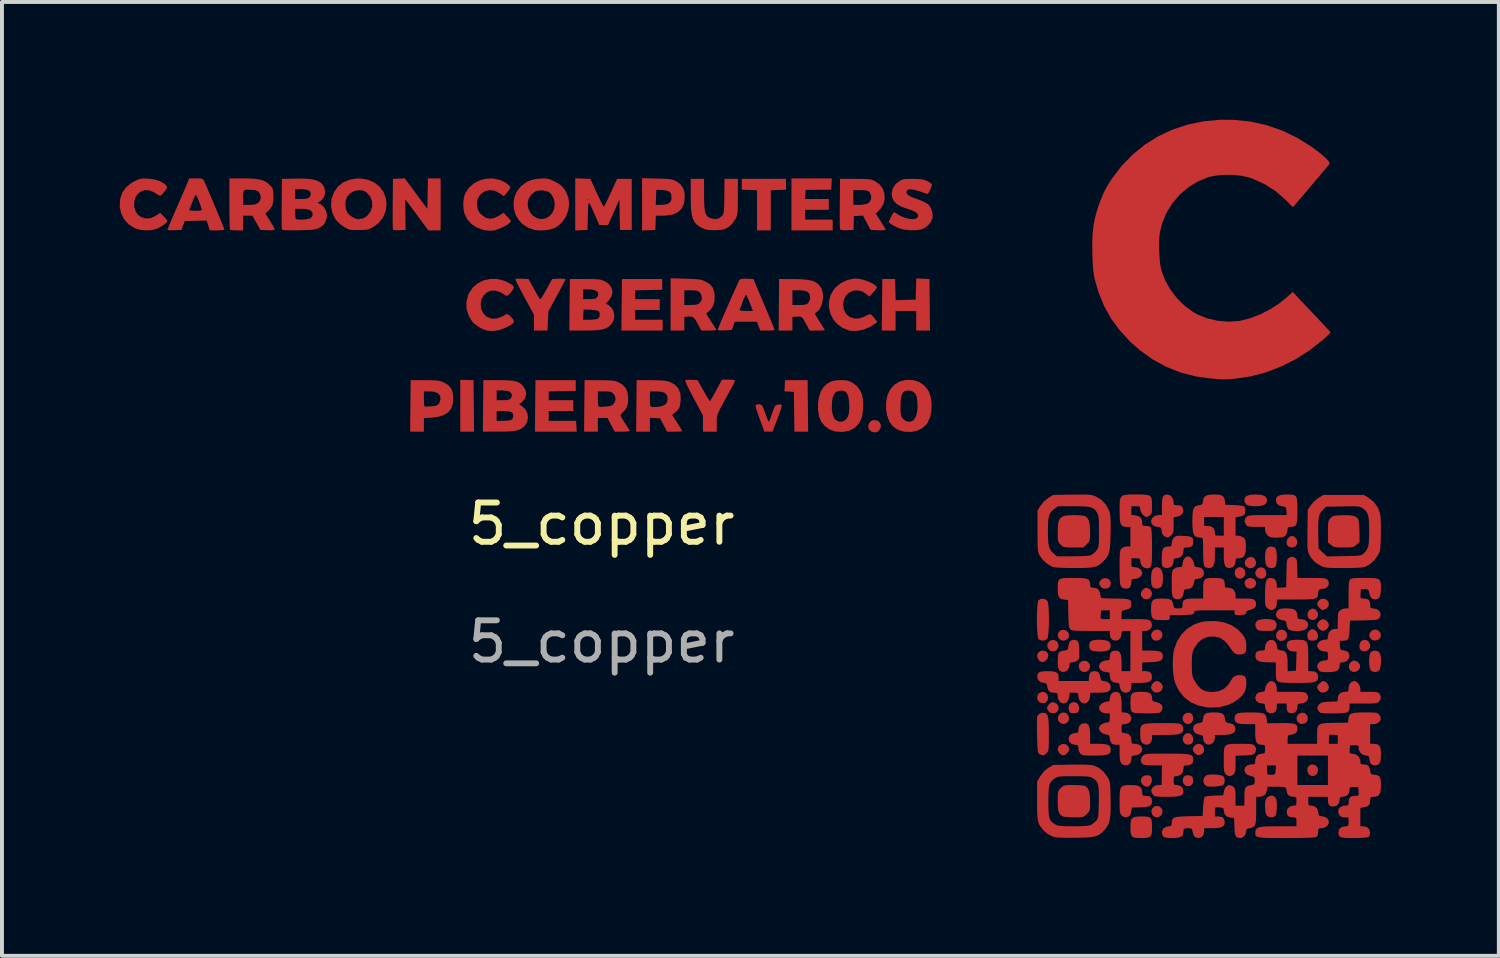
<source format=kicad_pcb>
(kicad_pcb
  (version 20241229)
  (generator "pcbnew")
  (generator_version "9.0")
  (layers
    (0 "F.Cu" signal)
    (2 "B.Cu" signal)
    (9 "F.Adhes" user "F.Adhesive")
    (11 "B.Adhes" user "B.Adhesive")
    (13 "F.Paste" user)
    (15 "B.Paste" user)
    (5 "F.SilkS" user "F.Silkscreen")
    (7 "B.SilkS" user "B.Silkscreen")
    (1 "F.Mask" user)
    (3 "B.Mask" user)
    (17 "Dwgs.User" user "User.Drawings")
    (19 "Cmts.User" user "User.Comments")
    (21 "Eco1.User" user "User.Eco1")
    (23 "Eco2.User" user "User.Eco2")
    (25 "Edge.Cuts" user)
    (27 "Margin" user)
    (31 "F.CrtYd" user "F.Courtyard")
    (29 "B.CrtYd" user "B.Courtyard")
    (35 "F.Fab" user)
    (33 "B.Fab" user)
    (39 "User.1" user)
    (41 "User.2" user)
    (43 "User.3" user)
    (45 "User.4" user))
  (footprint "5_copper"
    (layer "F.Cu")
    (at 12.271 10.793)
    (property "Reference" "5_copper" (at 0 -0.5 0) (unlocked yes) (layer "F.SilkS") (effects (font (size 1 1) (thickness 0.15))))
    (attr smd)
    (fp_poly (pts (xy -3.43 -4.166) (xy -3.261 -4.162) (xy -3.254 -3.506) (xy -3.247 -2.85) (xy -3.423 -2.85) (xy -3.599 -2.85) (xy -3.599 -3.51) (xy -3.599 -4.169)) (stroke (width 0) (type solid)) (fill yes) (layer "F.Cu"))
    (fp_poly (pts (xy 5.254 -3.506) (xy 5.261 -2.85) (xy 5.086 -2.85) (xy 4.911 -2.85) (xy 4.904 -3.356) (xy 4.897 -3.862) (xy 4.777 -3.87) (xy 4.657 -3.878) (xy 4.665 -4.02) (xy 4.672 -4.162) (xy 4.96 -4.162) (xy 5.248 -4.162)) (stroke (width 0) (type solid)) (fill yes) (layer "F.Cu"))
    (fp_poly (pts (xy 19.212 2.987) (xy 19.269 3.026) (xy 19.316 3.095) (xy 19.314 3.166) (xy 19.274 3.225) (xy 19.203 3.268) (xy 19.127 3.268) (xy 19.065 3.229) (xy 19.028 3.156) (xy 19.037 3.078) (xy 19.074 3.025) (xy 19.142 2.981)) (stroke (width 0) (type solid)) (fill yes) (layer "F.Cu"))
    (fp_poly (pts (xy 11.837 4.321) (xy 11.885 4.375) (xy 11.906 4.444) (xy 11.892 4.515) (xy 11.869 4.548) (xy 11.799 4.593) (xy 11.726 4.59) (xy 11.672 4.561) (xy 11.627 4.505) (xy 11.619 4.436) (xy 11.644 4.369) (xy 11.695 4.319) (xy 11.767 4.3)) (stroke (width 0) (type solid)) (fill yes) (layer "F.Cu"))
    (fp_poly (pts (xy 14.232 2.217) (xy 14.271 2.267) (xy 14.286 2.337) (xy 14.263 2.401) (xy 14.213 2.45) (xy 14.148 2.474) (xy 14.08 2.467) (xy 14.034 2.437) (xy 13.995 2.368) (xy 14 2.295) (xy 14.046 2.23) (xy 14.083 2.205) (xy 14.162 2.188)) (stroke (width 0) (type solid)) (fill yes) (layer "F.Cu"))
    (fp_poly (pts (xy 16.333 0.622) (xy 16.382 0.68) (xy 16.396 0.748) (xy 16.377 0.824) (xy 16.328 0.876) (xy 16.263 0.897) (xy 16.196 0.882) (xy 16.162 0.854) (xy 16.125 0.784) (xy 16.125 0.709) (xy 16.158 0.645) (xy 16.218 0.606) (xy 16.258 0.6)) (stroke (width 0) (type solid)) (fill yes) (layer "F.Cu"))
    (fp_poly (pts (xy 16.562 0.88) (xy 16.626 0.913) (xy 16.665 0.972) (xy 16.671 1.012) (xy 16.65 1.083) (xy 16.598 1.131) (xy 16.528 1.151) (xy 16.456 1.137) (xy 16.412 1.104) (xy 16.375 1.033) (xy 16.384 0.96) (xy 16.417 0.916) (xy 16.487 0.879)) (stroke (width 0) (type solid)) (fill yes) (layer "F.Cu"))
    (fp_poly (pts (xy 17.402 2.218) (xy 17.446 2.272) (xy 17.461 2.34) (xy 17.438 2.41) (xy 17.376 2.47) (xy 17.299 2.481) (xy 17.252 2.467) (xy 17.196 2.419) (xy 17.174 2.352) (xy 17.187 2.28) (xy 17.233 2.221) (xy 17.263 2.203) (xy 17.337 2.191)) (stroke (width 0) (type solid)) (fill yes) (layer "F.Cu"))
    (fp_poly (pts (xy 18.18 5.646) (xy 18.233 5.702) (xy 18.248 5.773) (xy 18.229 5.849) (xy 18.18 5.901) (xy 18.115 5.922) (xy 18.048 5.907) (xy 18.014 5.879) (xy 17.977 5.81) (xy 17.974 5.736) (xy 18.003 5.671) (xy 18.058 5.631) (xy 18.097 5.625)) (stroke (width 0) (type solid)) (fill yes) (layer "F.Cu"))
    (fp_poly (pts (xy 19.495 2.465) (xy 19.533 2.496) (xy 19.572 2.567) (xy 19.57 2.638) (xy 19.536 2.698) (xy 19.478 2.737) (xy 19.405 2.745) (xy 19.343 2.723) (xy 19.307 2.674) (xy 19.299 2.608) (xy 19.317 2.526) (xy 19.364 2.471) (xy 19.427 2.449)) (stroke (width 0) (type solid)) (fill yes) (layer "F.Cu"))
    (fp_poly (pts (xy 19.784 2.215) (xy 19.833 2.271) (xy 19.849 2.34) (xy 19.828 2.406) (xy 19.775 2.452) (xy 19.706 2.472) (xy 19.635 2.461) (xy 19.591 2.429) (xy 19.551 2.356) (xy 19.559 2.284) (xy 19.612 2.222) (xy 19.643 2.203) (xy 19.716 2.189)) (stroke (width 0) (type solid)) (fill yes) (layer "F.Cu"))
    (fp_poly (pts (xy 7.019 -3.134) (xy 7.08 -3.088) (xy 7.111 -3.021) (xy 7.106 -2.944) (xy 7.062 -2.875) (xy 6.997 -2.833) (xy 6.923 -2.835) (xy 6.867 -2.856) (xy 6.811 -2.906) (xy 6.79 -2.973) (xy 6.801 -3.044) (xy 6.842 -3.105) (xy 6.91 -3.141) (xy 6.934 -3.146)) (stroke (width 0) (type solid)) (fill yes) (layer "F.Cu"))
    (fp_poly (pts (xy 11.281 3.783) (xy 11.34 3.823) (xy 11.372 3.893) (xy 11.374 3.922) (xy 11.355 4.004) (xy 11.304 4.056) (xy 11.233 4.069) (xy 11.153 4.04) (xy 11.146 4.036) (xy 11.102 3.978) (xy 11.093 3.904) (xy 11.12 3.834) (xy 11.137 3.816) (xy 11.209 3.779)) (stroke (width 0) (type solid)) (fill yes) (layer "F.Cu"))
    (fp_poly (pts (xy 11.317 2.745) (xy 11.365 2.795) (xy 11.379 2.863) (xy 11.354 2.935) (xy 11.331 2.962) (xy 11.264 3.013) (xy 11.205 3.019) (xy 11.145 2.979) (xy 11.141 2.975) (xy 11.097 2.904) (xy 11.095 2.83) (xy 11.13 2.768) (xy 11.195 2.731) (xy 11.24 2.725)) (stroke (width 0) (type solid)) (fill yes) (layer "F.Cu"))
    (fp_poly (pts (xy 11.822 2.209) (xy 11.879 2.258) (xy 11.895 2.286) (xy 11.906 2.357) (xy 11.88 2.418) (xy 11.827 2.459) (xy 11.761 2.475) (xy 11.694 2.458) (xy 11.658 2.429) (xy 11.625 2.374) (xy 11.617 2.336) (xy 11.637 2.261) (xy 11.687 2.213) (xy 11.753 2.195)) (stroke (width 0) (type solid)) (fill yes) (layer "F.Cu"))
    (fp_poly (pts (xy 12.345 2.992) (xy 12.378 3.009) (xy 12.431 3.067) (xy 12.442 3.122) (xy 12.422 3.199) (xy 12.373 3.251) (xy 12.306 3.274) (xy 12.237 3.263) (xy 12.178 3.214) (xy 12.176 3.211) (xy 12.149 3.134) (xy 12.162 3.064) (xy 12.206 3.011) (xy 12.27 2.983)) (stroke (width 0) (type solid)) (fill yes) (layer "F.Cu"))
    (fp_poly (pts (xy 14.199 6.692) (xy 14.206 6.695) (xy 14.263 6.744) (xy 14.286 6.81) (xy 14.276 6.879) (xy 14.238 6.938) (xy 14.174 6.972) (xy 14.144 6.975) (xy 14.069 6.955) (xy 14.029 6.913) (xy 14.002 6.836) (xy 14.014 6.764) (xy 14.057 6.709) (xy 14.121 6.682)) (stroke (width 0) (type solid)) (fill yes) (layer "F.Cu"))
    (fp_poly (pts (xy 15.001 4.316) (xy 15.051 4.366) (xy 15.07 4.449) (xy 15.07 4.45) (xy 15.051 4.528) (xy 15.002 4.58) (xy 14.937 4.6) (xy 14.87 4.582) (xy 14.836 4.554) (xy 14.799 4.484) (xy 14.801 4.408) (xy 14.841 4.346) (xy 14.85 4.339) (xy 14.931 4.305)) (stroke (width 0) (type solid)) (fill yes) (layer "F.Cu"))
    (fp_poly (pts (xy 15.003 4.846) (xy 15.045 4.899) (xy 15.067 4.968) (xy 15.065 5.037) (xy 15.035 5.09) (xy 15.021 5.099) (xy 14.935 5.124) (xy 14.862 5.102) (xy 14.836 5.079) (xy 14.8 5.009) (xy 14.804 4.934) (xy 14.841 4.87) (xy 14.905 4.831) (xy 14.946 4.825)) (stroke (width 0) (type solid)) (fill yes) (layer "F.Cu"))
    (fp_poly (pts (xy 16.589 0.35) (xy 16.641 0.395) (xy 16.667 0.466) (xy 16.662 0.535) (xy 16.624 0.593) (xy 16.559 0.627) (xy 16.487 0.626) (xy 16.483 0.624) (xy 16.409 0.577) (xy 16.377 0.511) (xy 16.388 0.439) (xy 16.445 0.372) (xy 16.447 0.37) (xy 16.521 0.339)) (stroke (width 0) (type solid)) (fill yes) (layer "F.Cu"))
    (fp_poly (pts (xy 16.83 0.609) (xy 16.89 0.647) (xy 16.926 0.714) (xy 16.928 0.791) (xy 16.923 0.809) (xy 16.877 0.874) (xy 16.809 0.898) (xy 16.729 0.878) (xy 16.702 0.861) (xy 16.656 0.805) (xy 16.648 0.738) (xy 16.672 0.674) (xy 16.721 0.626) (xy 16.789 0.605)) (stroke (width 0) (type solid)) (fill yes) (layer "F.Cu"))
    (fp_poly (pts (xy 17.909 4.317) (xy 17.964 4.372) (xy 17.986 4.429) (xy 17.982 4.501) (xy 17.943 4.557) (xy 17.881 4.591) (xy 17.812 4.595) (xy 17.748 4.563) (xy 17.739 4.554) (xy 17.702 4.484) (xy 17.704 4.408) (xy 17.744 4.346) (xy 17.753 4.339) (xy 17.835 4.305)) (stroke (width 0) (type solid)) (fill yes) (layer "F.Cu"))
    (fp_poly (pts (xy 11.533 4.052) (xy 11.604 4.091) (xy 11.636 4.147) (xy 11.641 4.197) (xy 11.621 4.263) (xy 11.569 4.306) (xy 11.5 4.324) (xy 11.432 4.312) (xy 11.38 4.269) (xy 11.346 4.204) (xy 11.353 4.15) (xy 11.401 4.088) (xy 11.402 4.086) (xy 11.451 4.046) (xy 11.495 4.04)) (stroke (width 0) (type solid)) (fill yes) (layer "F.Cu"))
    (fp_poly (pts (xy 11.591 2.487) (xy 11.6 2.496) (xy 11.636 2.564) (xy 11.634 2.634) (xy 11.603 2.694) (xy 11.55 2.736) (xy 11.484 2.748) (xy 11.414 2.722) (xy 11.41 2.719) (xy 11.373 2.671) (xy 11.353 2.621) (xy 11.357 2.549) (xy 11.396 2.493) (xy 11.457 2.459) (xy 11.527 2.455)) (stroke (width 0) (type solid)) (fill yes) (layer "F.Cu"))
    (fp_poly (pts (xy 12.883 0.888) (xy 12.939 0.925) (xy 12.967 0.987) (xy 12.968 1.003) (xy 12.95 1.088) (xy 12.898 1.137) (xy 12.83 1.15) (xy 12.756 1.138) (xy 12.706 1.093) (xy 12.701 1.085) (xy 12.673 1.033) (xy 12.676 0.99) (xy 12.695 0.953) (xy 12.747 0.9) (xy 12.815 0.879)) (stroke (width 0) (type solid)) (fill yes) (layer "F.Cu"))
    (fp_poly (pts (xy 13.938 1.146) (xy 13.995 1.2) (xy 14.019 1.27) (xy 14.019 1.273) (xy 13.999 1.349) (xy 13.947 1.402) (xy 13.878 1.423) (xy 13.806 1.406) (xy 13.788 1.394) (xy 13.739 1.329) (xy 13.737 1.254) (xy 13.77 1.191) (xy 13.818 1.146) (xy 13.863 1.125) (xy 13.865 1.125)) (stroke (width 0) (type solid)) (fill yes) (layer "F.Cu"))
    (fp_poly (pts (xy 14.204 3.52) (xy 14.26 3.568) (xy 14.292 3.627) (xy 14.294 3.644) (xy 14.274 3.72) (xy 14.222 3.773) (xy 14.154 3.797) (xy 14.082 3.788) (xy 14.035 3.754) (xy 14.002 3.696) (xy 13.994 3.654) (xy 14.015 3.589) (xy 14.065 3.532) (xy 14.128 3.501) (xy 14.144 3.5)) (stroke (width 0) (type solid)) (fill yes) (layer "F.Cu"))
    (fp_poly (pts (xy 15.01 5.914) (xy 15.056 5.958) (xy 15.07 6.039) (xy 15.07 6.039) (xy 15.05 6.121) (xy 14.998 6.171) (xy 14.925 6.182) (xy 14.875 6.167) (xy 14.821 6.118) (xy 14.799 6.044) (xy 14.815 5.962) (xy 14.816 5.961) (xy 14.851 5.916) (xy 14.91 5.9) (xy 14.927 5.9)) (stroke (width 0) (type solid)) (fill yes) (layer "F.Cu"))
    (fp_poly (pts (xy 15.289 5.128) (xy 15.333 5.183) (xy 15.345 5.249) (xy 15.331 5.318) (xy 15.282 5.364) (xy 15.227 5.386) (xy 15.173 5.386) (xy 15.116 5.349) (xy 15.106 5.339) (xy 15.061 5.279) (xy 15.056 5.225) (xy 15.058 5.218) (xy 15.099 5.146) (xy 15.16 5.108) (xy 15.227 5.102)) (stroke (width 0) (type solid)) (fill yes) (layer "F.Cu"))
    (fp_poly (pts (xy 18.146 1.662) (xy 18.182 1.683) (xy 18.234 1.741) (xy 18.249 1.811) (xy 18.23 1.878) (xy 18.183 1.93) (xy 18.111 1.95) (xy 18.11 1.95) (xy 18.046 1.933) (xy 18.011 1.909) (xy 17.978 1.845) (xy 17.981 1.77) (xy 18.018 1.704) (xy 18.051 1.677) (xy 18.103 1.655)) (stroke (width 0) (type solid)) (fill yes) (layer "F.Cu"))
    (fp_poly (pts (xy 18.439 3.521) (xy 18.49 3.573) (xy 18.52 3.636) (xy 18.523 3.659) (xy 18.502 3.729) (xy 18.451 3.777) (xy 18.383 3.798) (xy 18.313 3.787) (xy 18.262 3.744) (xy 18.232 3.691) (xy 18.223 3.656) (xy 18.242 3.612) (xy 18.287 3.56) (xy 18.34 3.517) (xy 18.384 3.5)) (stroke (width 0) (type solid)) (fill yes) (layer "F.Cu"))
    (fp_poly (pts (xy 4.697 -9.15) (xy 4.697 -9.012) (xy 4.503 -9.005) (xy 4.309 -8.998) (xy 4.309 -8.486) (xy 4.309 -7.975) (xy 4.134 -7.975) (xy 3.959 -7.975) (xy 3.959 -8.486) (xy 3.959 -8.998) (xy 3.765 -9.005) (xy 3.571 -9.012) (xy 3.571 -9.15) (xy 3.571 -9.287) (xy 4.134 -9.287) (xy 4.697 -9.287)) (stroke (width 0) (type solid)) (fill yes) (layer "F.Cu"))
    (fp_poly (pts (xy 11.828 5.114) (xy 11.878 5.156) (xy 11.911 5.221) (xy 11.905 5.275) (xy 11.857 5.337) (xy 11.855 5.339) (xy 11.806 5.383) (xy 11.769 5.395) (xy 11.721 5.384) (xy 11.716 5.383) (xy 11.654 5.337) (xy 11.619 5.265) (xy 11.616 5.237) (xy 11.637 5.169) (xy 11.69 5.122) (xy 11.758 5.103)) (stroke (width 0) (type solid)) (fill yes) (layer "F.Cu"))
    (fp_poly (pts (xy 13.955 5.909) (xy 13.989 5.93) (xy 14.015 5.988) (xy 14.013 6.063) (xy 13.983 6.132) (xy 13.969 6.15) (xy 13.926 6.187) (xy 13.889 6.195) (xy 13.833 6.178) (xy 13.824 6.174) (xy 13.763 6.126) (xy 13.735 6.054) (xy 13.745 5.978) (xy 13.756 5.959) (xy 13.809 5.916) (xy 13.883 5.899)) (stroke (width 0) (type solid)) (fill yes) (layer "F.Cu"))
    (fp_poly (pts (xy 17.607 -0.191) (xy 17.644 -0.173) (xy 17.698 -0.12) (xy 17.719 -0.053) (xy 17.709 0.016) (xy 17.67 0.071) (xy 17.607 0.098) (xy 17.589 0.099) (xy 17.523 0.087) (xy 17.491 0.073) (xy 17.453 0.026) (xy 17.445 -0.042) (xy 17.465 -0.112) (xy 17.512 -0.166) (xy 17.513 -0.167) (xy 17.565 -0.194)) (stroke (width 0) (type solid)) (fill yes) (layer "F.Cu"))
    (fp_poly (pts (xy 18.133 2.184) (xy 18.169 2.202) (xy 18.22 2.255) (xy 18.245 2.328) (xy 18.241 2.403) (xy 18.221 2.439) (xy 18.173 2.466) (xy 18.102 2.474) (xy 18.034 2.463) (xy 18.003 2.445) (xy 17.982 2.4) (xy 17.973 2.334) (xy 17.973 2.333) (xy 17.987 2.26) (xy 18.038 2.208) (xy 18.09 2.181)) (stroke (width 0) (type solid)) (fill yes) (layer "F.Cu"))
    (fp_poly (pts (xy 18.427 1.942) (xy 18.473 1.975) (xy 18.511 2.029) (xy 18.523 2.075) (xy 18.506 2.129) (xy 18.473 2.175) (xy 18.419 2.212) (xy 18.373 2.225) (xy 18.319 2.208) (xy 18.273 2.175) (xy 18.235 2.121) (xy 18.223 2.075) (xy 18.24 2.021) (xy 18.273 1.975) (xy 18.327 1.938) (xy 18.373 1.925)) (stroke (width 0) (type solid)) (fill yes) (layer "F.Cu"))
    (fp_poly (pts (xy 18.456 1.426) (xy 18.506 1.475) (xy 18.523 1.539) (xy 18.507 1.607) (xy 18.455 1.658) (xy 18.431 1.671) (xy 18.381 1.694) (xy 18.347 1.692) (xy 18.307 1.661) (xy 18.284 1.639) (xy 18.235 1.577) (xy 18.228 1.522) (xy 18.26 1.457) (xy 18.262 1.456) (xy 18.318 1.411) (xy 18.388 1.403)) (stroke (width 0) (type solid)) (fill yes) (layer "F.Cu"))
    (fp_poly (pts (xy 12.081 4.049) (xy 12.134 4.091) (xy 12.162 4.164) (xy 12.162 4.171) (xy 12.159 4.239) (xy 12.141 4.288) (xy 12.14 4.289) (xy 12.092 4.316) (xy 12.021 4.324) (xy 11.953 4.313) (xy 11.922 4.295) (xy 11.901 4.25) (xy 11.892 4.184) (xy 11.892 4.183) (xy 11.91 4.105) (xy 11.956 4.056) (xy 12.018 4.037)) (stroke (width 0) (type solid)) (fill yes) (layer "F.Cu"))
    (fp_poly (pts (xy 16.797 -1.24) (xy 16.886 -1.21) (xy 16.935 -1.158) (xy 16.947 -1.1) (xy 16.928 -1.029) (xy 16.872 -0.982) (xy 16.774 -0.956) (xy 16.664 -0.95) (xy 16.536 -0.956) (xy 16.452 -0.976) (xy 16.427 -0.989) (xy 16.379 -1.051) (xy 16.371 -1.1) (xy 16.385 -1.168) (xy 16.432 -1.214) (xy 16.516 -1.24) (xy 16.643 -1.25) (xy 16.664 -1.25)) (stroke (width 0) (type solid)) (fill yes) (layer "F.Cu"))
    (fp_poly (pts (xy 14.198 0.617) (xy 14.244 0.65) (xy 14.275 0.707) (xy 14.293 0.795) (xy 14.298 0.896) (xy 14.291 0.995) (xy 14.271 1.073) (xy 14.248 1.109) (xy 14.178 1.144) (xy 14.099 1.145) (xy 14.034 1.111) (xy 14.033 1.111) (xy 14.01 1.07) (xy 13.998 0.998) (xy 13.994 0.887) (xy 13.994 0.886) (xy 14.003 0.752) (xy 14.032 0.662) (xy 14.083 0.613) (xy 14.144 0.6)) (stroke (width 0) (type solid)) (fill yes) (layer "F.Cu"))
    (fp_poly (pts (xy 17.115 0.085) (xy 17.16 0.119) (xy 17.186 0.185) (xy 17.196 0.291) (xy 17.197 0.341) (xy 17.193 0.439) (xy 17.185 0.522) (xy 17.172 0.574) (xy 17.171 0.577) (xy 17.125 0.616) (xy 17.058 0.627) (xy 16.988 0.611) (xy 16.935 0.569) (xy 16.908 0.496) (xy 16.897 0.379) (xy 16.897 0.35) (xy 16.906 0.221) (xy 16.934 0.134) (xy 16.984 0.087) (xy 17.046 0.075)) (stroke (width 0) (type solid)) (fill yes) (layer "F.Cu"))
    (fp_poly (pts (xy 19.799 2.762) (xy 19.808 2.771) (xy 19.833 2.826) (xy 19.848 2.913) (xy 19.851 3.015) (xy 19.843 3.114) (xy 19.824 3.193) (xy 19.81 3.219) (xy 19.752 3.264) (xy 19.678 3.273) (xy 19.608 3.246) (xy 19.591 3.229) (xy 19.566 3.176) (xy 19.552 3.091) (xy 19.547 2.991) (xy 19.551 2.892) (xy 19.566 2.81) (xy 19.588 2.764) (xy 19.653 2.731) (xy 19.731 2.73)) (stroke (width 0) (type solid)) (fill yes) (layer "F.Cu"))
    (fp_poly (pts (xy 12.809 2.458) (xy 12.899 2.482) (xy 12.95 2.527) (xy 12.968 2.592) (xy 12.968 2.598) (xy 12.956 2.667) (xy 12.916 2.713) (xy 12.842 2.739) (xy 12.727 2.75) (xy 12.686 2.75) (xy 12.573 2.746) (xy 12.501 2.735) (xy 12.459 2.713) (xy 12.456 2.711) (xy 12.427 2.657) (xy 12.417 2.6) (xy 12.428 2.53) (xy 12.464 2.485) (xy 12.532 2.46) (xy 12.641 2.45) (xy 12.676 2.45)) (stroke (width 0) (type solid)) (fill yes) (layer "F.Cu"))
    (fp_poly (pts (xy 17.034 1.929) (xy 17.114 1.947) (xy 17.155 1.971) (xy 17.193 2.044) (xy 17.182 2.126) (xy 17.158 2.169) (xy 17.132 2.198) (xy 17.097 2.215) (xy 17.04 2.223) (xy 16.947 2.225) (xy 16.924 2.225) (xy 16.818 2.223) (xy 16.75 2.214) (xy 16.707 2.197) (xy 16.688 2.179) (xy 16.652 2.108) (xy 16.654 2.03) (xy 16.692 1.966) (xy 16.748 1.94) (xy 16.834 1.926) (xy 16.935 1.922)) (stroke (width 0) (type solid)) (fill yes) (layer "F.Cu"))
    (fp_poly (pts (xy 17.102 6.423) (xy 17.166 6.47) (xy 17.185 6.521) (xy 17.196 6.604) (xy 17.198 6.702) (xy 17.193 6.801) (xy 17.18 6.883) (xy 17.16 6.933) (xy 17.158 6.936) (xy 17.092 6.971) (xy 17.016 6.97) (xy 16.95 6.936) (xy 16.935 6.919) (xy 16.908 6.846) (xy 16.897 6.725) (xy 16.897 6.693) (xy 16.899 6.597) (xy 16.909 6.535) (xy 16.931 6.491) (xy 16.956 6.463) (xy 17.028 6.42)) (stroke (width 0) (type solid)) (fill yes) (layer "F.Cu"))
    (fp_poly (pts (xy -0.658 -4.025) (xy -0.658 -3.888) (xy -1.002 -3.881) (xy -1.346 -3.874) (xy -1.346 -3.762) (xy -1.346 -3.65) (xy -1.034 -3.65) (xy -0.721 -3.65) (xy -0.721 -3.513) (xy -0.721 -3.375) (xy -1.034 -3.375) (xy -1.346 -3.375) (xy -1.346 -3.25) (xy -1.346 -3.125) (xy -0.998 -3.125) (xy -0.65 -3.125) (xy -0.642 -2.987) (xy -0.633 -2.85) (xy -1.165 -2.85) (xy -1.698 -2.85) (xy -1.691 -3.506) (xy -1.684 -4.162) (xy -1.171 -4.162) (xy -0.658 -4.162)) (stroke (width 0) (type solid)) (fill yes) (layer "F.Cu"))
    (fp_poly (pts (xy 1.544 -6.6) (xy 1.544 -6.463) (xy 1.2 -6.456) (xy 0.856 -6.449) (xy 0.856 -6.337) (xy 0.856 -6.225) (xy 1.169 -6.225) (xy 1.481 -6.225) (xy 1.481 -6.088) (xy 1.481 -5.95) (xy 1.169 -5.95) (xy 0.856 -5.95) (xy 0.856 -5.825) (xy 0.856 -5.7) (xy 1.206 -5.7) (xy 1.556 -5.7) (xy 1.556 -5.562) (xy 1.556 -5.425) (xy 1.031 -5.425) (xy 0.505 -5.425) (xy 0.511 -6.081) (xy 0.518 -6.737) (xy 1.031 -6.737) (xy 1.544 -6.737)) (stroke (width 0) (type solid)) (fill yes) (layer "F.Cu"))
    (fp_poly (pts (xy 5.856 -9.156) (xy 5.848 -9.012) (xy 5.523 -9.01) (xy 5.198 -9.007) (xy 5.19 -8.891) (xy 5.182 -8.775) (xy 5.484 -8.775) (xy 5.786 -8.775) (xy 5.786 -8.637) (xy 5.786 -8.5) (xy 5.485 -8.5) (xy 5.185 -8.5) (xy 5.185 -8.375) (xy 5.185 -8.25) (xy 5.535 -8.25) (xy 5.886 -8.25) (xy 5.886 -8.113) (xy 5.886 -7.975) (xy 5.36 -7.975) (xy 4.835 -7.975) (xy 4.835 -8.637) (xy 4.835 -9.3) (xy 5.349 -9.3) (xy 5.863 -9.3)) (stroke (width 0) (type solid)) (fill yes) (layer "F.Cu"))
    (fp_poly (pts (xy 8.183 -6.745) (xy 8.351 -6.737) (xy 8.357 -6.081) (xy 8.364 -5.425) (xy 8.188 -5.425) (xy 8.013 -5.425) (xy 8.013 -5.675) (xy 8.013 -5.925) (xy 7.75 -5.925) (xy 7.487 -5.925) (xy 7.487 -5.675) (xy 7.487 -5.425) (xy 7.312 -5.425) (xy 7.136 -5.425) (xy 7.143 -6.081) (xy 7.149 -6.737) (xy 7.312 -6.737) (xy 7.475 -6.737) (xy 7.482 -6.468) (xy 7.489 -6.198) (xy 7.745 -6.205) (xy 8 -6.213) (xy 8.007 -6.482) (xy 8.015 -6.752)) (stroke (width 0) (type solid)) (fill yes) (layer "F.Cu"))
    (fp_poly (pts (xy 15.671 5.886) (xy 15.76 5.899) (xy 15.822 5.918) (xy 15.833 5.925) (xy 15.859 5.971) (xy 15.871 6.037) (xy 15.871 6.037) (xy 15.86 6.104) (xy 15.834 6.149) (xy 15.833 6.15) (xy 15.789 6.167) (xy 15.711 6.181) (xy 15.616 6.189) (xy 15.52 6.192) (xy 15.441 6.187) (xy 15.425 6.184) (xy 15.364 6.149) (xy 15.331 6.088) (xy 15.327 6.016) (xy 15.351 5.949) (xy 15.406 5.901) (xy 15.415 5.897) (xy 15.481 5.884) (xy 15.572 5.88)) (stroke (width 0) (type solid)) (fill yes) (layer "F.Cu"))
    (fp_poly (pts (xy 13.873 6.952) (xy 13.946 6.966) (xy 13.99 6.998) (xy 14.011 7.058) (xy 14.018 7.154) (xy 14.019 7.234) (xy 14.015 7.351) (xy 13.999 7.427) (xy 13.962 7.472) (xy 13.895 7.493) (xy 13.789 7.5) (xy 13.746 7.5) (xy 13.64 7.498) (xy 13.572 7.489) (xy 13.529 7.471) (xy 13.51 7.454) (xy 13.486 7.412) (xy 13.473 7.342) (xy 13.468 7.235) (xy 13.468 7.221) (xy 13.472 7.106) (xy 13.488 7.029) (xy 13.526 6.982) (xy 13.592 6.959) (xy 13.697 6.951) (xy 13.763 6.95)) (stroke (width 0) (type solid)) (fill yes) (layer "F.Cu"))
    (fp_poly (pts (xy 11.27 1.408) (xy 11.335 1.443) (xy 11.359 1.475) (xy 11.373 1.53) (xy 11.384 1.621) (xy 11.39 1.74) (xy 11.393 1.875) (xy 11.393 2.015) (xy 11.388 2.149) (xy 11.381 2.268) (xy 11.37 2.36) (xy 11.355 2.414) (xy 11.352 2.419) (xy 11.294 2.463) (xy 11.219 2.474) (xy 11.148 2.45) (xy 11.13 2.436) (xy 11.114 2.394) (xy 11.102 2.313) (xy 11.093 2.203) (xy 11.088 2.072) (xy 11.086 1.932) (xy 11.088 1.792) (xy 11.094 1.662) (xy 11.103 1.553) (xy 11.116 1.475) (xy 11.131 1.438) (xy 11.195 1.405)) (stroke (width 0) (type solid)) (fill yes) (layer "F.Cu"))
    (fp_poly (pts (xy -4.725 -8.913) (xy -4.437 -8.524) (xy -4.43 -8.912) (xy -4.423 -9.3) (xy -4.261 -9.3) (xy -4.099 -9.3) (xy -4.099 -8.637) (xy -4.099 -7.975) (xy -4.256 -7.975) (xy -4.412 -7.975) (xy -4.656 -8.306) (xy -4.742 -8.423) (xy -4.821 -8.529) (xy -4.887 -8.618) (xy -4.934 -8.679) (xy -4.95 -8.7) (xy -5.001 -8.762) (xy -4.996 -8.375) (xy -4.992 -7.987) (xy -5.146 -7.98) (xy -5.243 -7.979) (xy -5.297 -7.99) (xy -5.314 -8.005) (xy -5.317 -8.039) (xy -5.319 -8.115) (xy -5.321 -8.226) (xy -5.321 -8.367) (xy -5.321 -8.528) (xy -5.32 -8.663) (xy -5.313 -9.287) (xy -5.163 -9.294) (xy -5.013 -9.301)) (stroke (width 0) (type solid)) (fill yes) (layer "F.Cu"))
    (fp_poly (pts (xy 13.871 3.781) (xy 13.952 3.803) (xy 13.999 3.845) (xy 14.017 3.91) (xy 14.019 3.942) (xy 14.025 3.994) (xy 14.052 4.02) (xy 14.109 4.033) (xy 14.211 4.065) (xy 14.271 4.117) (xy 14.289 4.184) (xy 14.26 4.262) (xy 14.255 4.269) (xy 14.236 4.292) (xy 14.212 4.307) (xy 14.173 4.317) (xy 14.11 4.322) (xy 14.015 4.325) (xy 13.881 4.325) (xy 13.739 4.324) (xy 13.638 4.32) (xy 13.571 4.313) (xy 13.53 4.301) (xy 13.507 4.286) (xy 13.485 4.247) (xy 13.473 4.179) (xy 13.468 4.072) (xy 13.468 4.052) (xy 13.472 3.932) (xy 13.489 3.852) (xy 13.528 3.805) (xy 13.598 3.782) (xy 13.706 3.775) (xy 13.748 3.775)) (stroke (width 0) (type solid)) (fill yes) (layer "F.Cu"))
    (fp_poly (pts (xy 11.288 4.314) (xy 11.3 4.319) (xy 11.331 4.338) (xy 11.354 4.37) (xy 11.37 4.419) (xy 11.381 4.494) (xy 11.388 4.6) (xy 11.391 4.744) (xy 11.391 4.892) (xy 11.391 5.039) (xy 11.389 5.144) (xy 11.385 5.217) (xy 11.377 5.265) (xy 11.364 5.297) (xy 11.345 5.323) (xy 11.33 5.339) (xy 11.279 5.384) (xy 11.24 5.396) (xy 11.189 5.379) (xy 11.166 5.368) (xy 11.144 5.355) (xy 11.127 5.339) (xy 11.115 5.311) (xy 11.107 5.265) (xy 11.101 5.193) (xy 11.097 5.088) (xy 11.092 4.943) (xy 11.091 4.891) (xy 11.088 4.744) (xy 11.087 4.612) (xy 11.088 4.504) (xy 11.092 4.429) (xy 11.096 4.398) (xy 11.141 4.341) (xy 11.212 4.31)) (stroke (width 0) (type solid)) (fill yes) (layer "F.Cu"))
    (fp_poly (pts (xy 17.554 1.657) (xy 17.639 1.679) (xy 17.689 1.72) (xy 17.714 1.786) (xy 17.718 1.819) (xy 17.725 1.886) (xy 17.743 1.916) (xy 17.785 1.925) (xy 17.822 1.925) (xy 17.91 1.943) (xy 17.97 1.991) (xy 17.996 2.056) (xy 17.982 2.128) (xy 17.948 2.175) (xy 17.891 2.205) (xy 17.804 2.223) (xy 17.703 2.229) (xy 17.606 2.223) (xy 17.527 2.204) (xy 17.49 2.181) (xy 17.461 2.126) (xy 17.443 2.053) (xy 17.443 2.05) (xy 17.432 1.99) (xy 17.404 1.964) (xy 17.347 1.954) (xy 17.254 1.929) (xy 17.194 1.878) (xy 17.172 1.812) (xy 17.191 1.74) (xy 17.222 1.7) (xy 17.264 1.67) (xy 17.323 1.655) (xy 17.416 1.65) (xy 17.428 1.65)) (stroke (width 0) (type solid)) (fill yes) (layer "F.Cu"))
    (fp_poly (pts (xy 14.552 4.574) (xy 14.64 4.578) (xy 14.699 4.584) (xy 14.738 4.594) (xy 14.763 4.608) (xy 14.771 4.614) (xy 14.811 4.678) (xy 14.816 4.751) (xy 14.8 4.79) (xy 14.767 4.824) (xy 14.715 4.848) (xy 14.636 4.864) (xy 14.523 4.872) (xy 14.369 4.875) (xy 14.346 4.875) (xy 14.019 4.875) (xy 14.019 4.961) (xy 14 5.047) (xy 13.951 5.104) (xy 13.885 5.126) (xy 13.811 5.107) (xy 13.768 5.075) (xy 13.74 5.036) (xy 13.725 4.982) (xy 13.719 4.898) (xy 13.718 4.853) (xy 13.719 4.762) (xy 13.726 4.694) (xy 13.745 4.645) (xy 13.781 4.612) (xy 13.843 4.591) (xy 13.934 4.58) (xy 14.063 4.575) (xy 14.234 4.573) (xy 14.265 4.573) (xy 14.43 4.573)) (stroke (width 0) (type solid)) (fill yes) (layer "F.Cu"))
    (fp_poly (pts (xy 19.125 -0.711) (xy 19.203 -0.685) (xy 19.254 -0.644) (xy 19.267 -0.626) (xy 19.281 -0.58) (xy 19.292 -0.494) (xy 19.299 -0.38) (xy 19.301 -0.309) (xy 19.305 -0.04) (xy 19.226 0.03) (xy 19.187 0.062) (xy 19.15 0.083) (xy 19.101 0.094) (xy 19.028 0.099) (xy 18.919 0.1) (xy 18.9 0.1) (xy 18.784 0.099) (xy 18.706 0.094) (xy 18.654 0.084) (xy 18.614 0.065) (xy 18.575 0.035) (xy 18.498 -0.029) (xy 18.498 -0.301) (xy 18.499 -0.423) (xy 18.503 -0.506) (xy 18.512 -0.561) (xy 18.528 -0.601) (xy 18.552 -0.635) (xy 18.558 -0.642) (xy 18.59 -0.675) (xy 18.623 -0.696) (xy 18.67 -0.709) (xy 18.743 -0.716) (xy 18.854 -0.721) (xy 18.86 -0.721) (xy 19.013 -0.722)) (stroke (width 0) (type solid)) (fill yes) (layer "F.Cu"))
    (fp_poly (pts (xy -0.945 -6.741) (xy -0.921 -6.732) (xy -0.921 -6.731) (xy -0.932 -6.704) (xy -0.964 -6.64) (xy -1.012 -6.546) (xy -1.073 -6.431) (xy -1.138 -6.311) (xy -1.355 -5.912) (xy -1.366 -5.669) (xy -1.376 -5.425) (xy -1.549 -5.425) (xy -1.722 -5.425) (xy -1.722 -5.625) (xy -1.722 -5.826) (xy -1.96 -6.264) (xy -2.032 -6.4) (xy -2.096 -6.521) (xy -2.147 -6.62) (xy -2.182 -6.691) (xy -2.197 -6.726) (xy -2.197 -6.728) (xy -2.174 -6.74) (xy -2.111 -6.746) (xy -2.029 -6.745) (xy -1.86 -6.737) (xy -1.719 -6.479) (xy -1.663 -6.378) (xy -1.614 -6.296) (xy -1.578 -6.241) (xy -1.56 -6.221) (xy -1.541 -6.242) (xy -1.504 -6.298) (xy -1.455 -6.382) (xy -1.4 -6.48) (xy -1.259 -6.737) (xy -1.09 -6.745) (xy -1.005 -6.746)) (stroke (width 0) (type solid)) (fill yes) (layer "F.Cu"))
    (fp_poly (pts (xy 4.07 -3.534) (xy 4.075 -3.531) (xy 4.095 -3.5) (xy 4.125 -3.434) (xy 4.159 -3.344) (xy 4.173 -3.306) (xy 4.206 -3.214) (xy 4.234 -3.143) (xy 4.254 -3.104) (xy 4.258 -3.1) (xy 4.272 -3.122) (xy 4.297 -3.181) (xy 4.328 -3.267) (xy 4.343 -3.311) (xy 4.377 -3.413) (xy 4.404 -3.476) (xy 4.43 -3.513) (xy 4.461 -3.531) (xy 4.488 -3.538) (xy 4.548 -3.544) (xy 4.587 -3.533) (xy 4.587 -3.533) (xy 4.587 -3.502) (xy 4.569 -3.431) (xy 4.535 -3.33) (xy 4.489 -3.203) (xy 4.48 -3.18) (xy 4.351 -2.85) (xy 4.249 -2.851) (xy 4.146 -2.851) (xy 4.026 -3.176) (xy 3.984 -3.295) (xy 3.95 -3.399) (xy 3.928 -3.477) (xy 3.92 -3.52) (xy 3.921 -3.525) (xy 3.958 -3.545) (xy 4.016 -3.548)) (stroke (width 0) (type solid)) (fill yes) (layer "F.Cu"))
    (fp_poly (pts (xy 12.092 2.46) (xy 12.132 2.496) (xy 12.156 2.563) (xy 12.166 2.669) (xy 12.167 2.738) (xy 12.166 2.842) (xy 12.16 2.909) (xy 12.147 2.95) (xy 12.124 2.976) (xy 12.111 2.986) (xy 12.043 3.016) (xy 11.986 3.025) (xy 11.937 3.032) (xy 11.919 3.063) (xy 11.917 3.1) (xy 11.898 3.18) (xy 11.849 3.239) (xy 11.784 3.27) (xy 11.714 3.266) (xy 11.658 3.229) (xy 11.634 3.186) (xy 11.621 3.117) (xy 11.617 3.009) (xy 11.617 2.998) (xy 11.62 2.903) (xy 11.628 2.824) (xy 11.638 2.779) (xy 11.64 2.777) (xy 11.677 2.752) (xy 11.743 2.732) (xy 11.771 2.727) (xy 11.838 2.715) (xy 11.871 2.694) (xy 11.883 2.65) (xy 11.887 2.612) (xy 11.91 2.518) (xy 11.964 2.464) (xy 12.032 2.45)) (stroke (width 0) (type solid)) (fill yes) (layer "F.Cu"))
    (fp_poly (pts (xy 12.121 -0.723) (xy 12.219 -0.716) (xy 12.291 -0.705) (xy 12.302 -0.701) (xy 12.363 -0.662) (xy 12.406 -0.594) (xy 12.431 -0.493) (xy 12.442 -0.35) (xy 12.442 -0.299) (xy 12.441 -0.19) (xy 12.437 -0.119) (xy 12.425 -0.071) (xy 12.403 -0.034) (xy 12.366 0.006) (xy 12.357 0.015) (xy 12.272 0.1) (xy 12.017 0.1) (xy 11.902 0.099) (xy 11.824 0.096) (xy 11.773 0.086) (xy 11.737 0.069) (xy 11.703 0.04) (xy 11.689 0.027) (xy 11.657 -0.008) (xy 11.635 -0.042) (xy 11.623 -0.085) (xy 11.618 -0.151) (xy 11.617 -0.25) (xy 11.617 -0.304) (xy 11.62 -0.442) (xy 11.631 -0.539) (xy 11.654 -0.607) (xy 11.693 -0.655) (xy 11.75 -0.693) (xy 11.759 -0.697) (xy 11.813 -0.711) (xy 11.902 -0.72) (xy 12.01 -0.724)) (stroke (width 0) (type solid)) (fill yes) (layer "F.Cu"))
    (fp_poly (pts (xy 16.263 5.1) (xy 16.399 5.101) (xy 16.494 5.104) (xy 16.557 5.111) (xy 16.597 5.122) (xy 16.623 5.139) (xy 16.63 5.146) (xy 16.668 5.22) (xy 16.658 5.301) (xy 16.636 5.339) (xy 16.61 5.363) (xy 16.57 5.379) (xy 16.503 5.389) (xy 16.398 5.395) (xy 16.373 5.396) (xy 16.146 5.405) (xy 16.146 5.615) (xy 16.144 5.723) (xy 16.137 5.795) (xy 16.122 5.841) (xy 16.097 5.874) (xy 16.096 5.875) (xy 16.041 5.912) (xy 15.996 5.925) (xy 15.941 5.908) (xy 15.896 5.875) (xy 15.875 5.849) (xy 15.861 5.816) (xy 15.852 5.765) (xy 15.847 5.687) (xy 15.846 5.573) (xy 15.846 5.504) (xy 15.846 5.356) (xy 15.851 5.249) (xy 15.869 5.177) (xy 15.907 5.133) (xy 15.971 5.11) (xy 16.069 5.101) (xy 16.207 5.1)) (stroke (width 0) (type solid)) (fill yes) (layer "F.Cu"))
    (fp_poly (pts (xy 12.132 6.152) (xy 12.229 6.159) (xy 12.297 6.169) (xy 12.318 6.176) (xy 12.375 6.224) (xy 12.413 6.3) (xy 12.435 6.413) (xy 12.442 6.566) (xy 12.442 6.576) (xy 12.441 6.685) (xy 12.437 6.756) (xy 12.425 6.804) (xy 12.403 6.841) (xy 12.366 6.881) (xy 12.357 6.89) (xy 12.316 6.93) (xy 12.28 6.954) (xy 12.236 6.968) (xy 12.172 6.973) (xy 12.074 6.974) (xy 12.038 6.973) (xy 11.929 6.97) (xy 11.834 6.964) (xy 11.767 6.955) (xy 11.75 6.95) (xy 11.694 6.918) (xy 11.655 6.869) (xy 11.631 6.796) (xy 11.619 6.688) (xy 11.616 6.559) (xy 11.617 6.443) (xy 11.62 6.366) (xy 11.63 6.315) (xy 11.647 6.278) (xy 11.676 6.244) (xy 11.693 6.227) (xy 11.73 6.192) (xy 11.765 6.17) (xy 11.809 6.157) (xy 11.874 6.151) (xy 11.973 6.15) (xy 12.02 6.15)) (stroke (width 0) (type solid)) (fill yes) (layer "F.Cu"))
    (fp_poly (pts (xy 1.413 -9.296) (xy 1.562 -9.291) (xy 1.671 -9.286) (xy 1.75 -9.278) (xy 1.808 -9.266) (xy 1.856 -9.249) (xy 1.903 -9.225) (xy 1.906 -9.224) (xy 2.012 -9.147) (xy 2.08 -9.05) (xy 2.113 -8.926) (xy 2.119 -8.823) (xy 2.1 -8.664) (xy 2.043 -8.537) (xy 1.948 -8.442) (xy 1.815 -8.381) (xy 1.645 -8.352) (xy 1.575 -8.35) (xy 1.383 -8.35) (xy 1.376 -8.169) (xy 1.369 -7.987) (xy 1.2 -7.98) (xy 1.031 -7.973) (xy 1.031 -8.625) (xy 1.379 -8.625) (xy 1.507 -8.625) (xy 1.593 -8.631) (xy 1.666 -8.645) (xy 1.689 -8.654) (xy 1.747 -8.693) (xy 1.774 -8.745) (xy 1.781 -8.826) (xy 1.781 -8.827) (xy 1.77 -8.907) (xy 1.729 -8.96) (xy 1.653 -8.99) (xy 1.544 -9.004) (xy 1.394 -9.012) (xy 1.386 -8.819) (xy 1.379 -8.625) (xy 1.031 -8.625) (xy 1.031 -8.639) (xy 1.031 -9.306)) (stroke (width 0) (type solid)) (fill yes) (layer "F.Cu"))
    (fp_poly (pts (xy 12.36 4.586) (xy 12.403 4.622) (xy 12.429 4.692) (xy 12.44 4.8) (xy 12.442 4.883) (xy 12.442 5.1) (xy 12.663 5.1) (xy 12.795 5.105) (xy 12.884 5.121) (xy 12.937 5.153) (xy 12.963 5.204) (xy 12.968 5.257) (xy 12.96 5.311) (xy 12.931 5.35) (xy 12.876 5.376) (xy 12.788 5.392) (xy 12.66 5.399) (xy 12.549 5.4) (xy 12.418 5.399) (xy 12.327 5.396) (xy 12.267 5.389) (xy 12.227 5.376) (xy 12.2 5.357) (xy 12.192 5.35) (xy 12.151 5.278) (xy 12.142 5.213) (xy 12.138 5.154) (xy 12.116 5.13) (xy 12.062 5.125) (xy 12.058 5.125) (xy 11.971 5.105) (xy 11.912 5.05) (xy 11.892 4.971) (xy 11.914 4.896) (xy 11.974 4.845) (xy 12.061 4.825) (xy 12.062 4.825) (xy 12.117 4.82) (xy 12.138 4.795) (xy 12.142 4.741) (xy 12.162 4.654) (xy 12.217 4.596) (xy 12.296 4.575)) (stroke (width 0) (type solid)) (fill yes) (layer "F.Cu"))
    (fp_poly (pts (xy 13.609 6.157) (xy 13.695 6.182) (xy 13.745 6.228) (xy 13.767 6.3) (xy 13.768 6.338) (xy 13.772 6.395) (xy 13.792 6.419) (xy 13.843 6.425) (xy 13.864 6.425) (xy 13.951 6.436) (xy 14.001 6.475) (xy 14.018 6.547) (xy 14.019 6.564) (xy 14.01 6.629) (xy 13.978 6.673) (xy 13.917 6.7) (xy 13.818 6.714) (xy 13.733 6.718) (xy 13.637 6.721) (xy 13.56 6.723) (xy 13.516 6.724) (xy 13.512 6.724) (xy 13.499 6.747) (xy 13.493 6.801) (xy 13.493 6.809) (xy 13.474 6.894) (xy 13.425 6.951) (xy 13.359 6.973) (xy 13.285 6.957) (xy 13.243 6.925) (xy 13.222 6.899) (xy 13.208 6.865) (xy 13.199 6.813) (xy 13.195 6.733) (xy 13.193 6.617) (xy 13.193 6.562) (xy 13.194 6.41) (xy 13.202 6.301) (xy 13.222 6.228) (xy 13.257 6.183) (xy 13.314 6.16) (xy 13.397 6.151) (xy 13.481 6.15)) (stroke (width 0) (type solid)) (fill yes) (layer "F.Cu"))
    (fp_poly (pts (xy 15.718 4.306) (xy 15.8 4.326) (xy 15.848 4.366) (xy 15.872 4.429) (xy 15.876 4.464) (xy 15.892 4.534) (xy 15.935 4.567) (xy 15.998 4.575) (xy 16.07 4.596) (xy 16.125 4.648) (xy 16.145 4.714) (xy 16.129 4.784) (xy 16.079 4.832) (xy 15.99 4.862) (xy 15.859 4.874) (xy 15.81 4.875) (xy 15.62 4.875) (xy 15.62 4.95) (xy 15.601 5.03) (xy 15.553 5.089) (xy 15.487 5.12) (xy 15.417 5.116) (xy 15.361 5.079) (xy 15.331 5.021) (xy 15.32 4.957) (xy 15.315 4.907) (xy 15.289 4.881) (xy 15.23 4.867) (xy 15.223 4.866) (xy 15.13 4.837) (xy 15.078 4.783) (xy 15.063 4.71) (xy 15.082 4.635) (xy 15.14 4.588) (xy 15.22 4.569) (xy 15.28 4.557) (xy 15.306 4.528) (xy 15.316 4.474) (xy 15.331 4.394) (xy 15.364 4.343) (xy 15.424 4.314) (xy 15.52 4.302) (xy 15.595 4.3)) (stroke (width 0) (type solid)) (fill yes) (layer "F.Cu"))
    (fp_poly (pts (xy -4.497 -4.161) (xy -4.351 -4.16) (xy -4.245 -4.156) (xy -4.168 -4.15) (xy -4.11 -4.138) (xy -4.06 -4.121) (xy -4.011 -4.098) (xy -3.903 -4.033) (xy -3.834 -3.958) (xy -3.795 -3.86) (xy -3.779 -3.73) (xy -3.788 -3.568) (xy -3.832 -3.437) (xy -3.914 -3.336) (xy -4.035 -3.265) (xy -4.198 -3.221) (xy -4.322 -3.207) (xy -4.525 -3.193) (xy -4.525 -3.021) (xy -4.525 -2.85) (xy -4.7 -2.85) (xy -4.876 -2.85) (xy -4.869 -3.506) (xy -4.865 -3.875) (xy -4.525 -3.875) (xy -4.525 -3.692) (xy -4.523 -3.601) (xy -4.518 -3.531) (xy -4.512 -3.496) (xy -4.511 -3.495) (xy -4.48 -3.489) (xy -4.416 -3.489) (xy -4.336 -3.494) (xy -4.256 -3.504) (xy -4.21 -3.512) (xy -4.161 -3.542) (xy -4.128 -3.588) (xy -4.1 -3.691) (xy -4.117 -3.773) (xy -4.176 -3.832) (xy -4.276 -3.867) (xy -4.378 -3.875) (xy -4.525 -3.875) (xy -4.865 -3.875) (xy -4.862 -4.162)) (stroke (width 0) (type solid)) (fill yes) (layer "F.Cu"))
    (fp_poly (pts (xy -0.478 -9.295) (xy -0.286 -9.287) (xy -0.123 -8.931) (xy -0.067 -8.81) (xy -0.017 -8.706) (xy 0.023 -8.628) (xy 0.048 -8.583) (xy 0.055 -8.575) (xy 0.07 -8.597) (xy 0.102 -8.656) (xy 0.146 -8.746) (xy 0.199 -8.858) (xy 0.232 -8.931) (xy 0.395 -9.287) (xy 0.581 -9.287) (xy 0.768 -9.287) (xy 0.768 -8.637) (xy 0.768 -7.987) (xy 0.618 -7.987) (xy 0.468 -7.987) (xy 0.461 -8.375) (xy 0.454 -8.762) (xy 0.31 -8.438) (xy 0.166 -8.113) (xy 0.054 -8.113) (xy -0.057 -8.113) (xy -0.195 -8.424) (xy -0.246 -8.541) (xy -0.284 -8.622) (xy -0.31 -8.667) (xy -0.328 -8.673) (xy -0.338 -8.637) (xy -0.344 -8.557) (xy -0.348 -8.432) (xy -0.351 -8.275) (xy -0.358 -7.987) (xy -0.514 -7.98) (xy -0.671 -7.973) (xy -0.671 -8.637) (xy -0.671 -8.762) (xy -0.37 -8.762) (xy -0.358 -8.75) (xy -0.345 -8.762) (xy -0.358 -8.775) (xy -0.37 -8.762) (xy -0.671 -8.762) (xy -0.671 -9.302)) (stroke (width 0) (type solid)) (fill yes) (layer "F.Cu"))
    (fp_poly (pts (xy 14.482 -1.227) (xy 14.539 -1.165) (xy 14.567 -1.073) (xy 14.569 -1.039) (xy 14.574 -0.998) (xy 14.599 -0.98) (xy 14.658 -0.975) (xy 14.67 -0.975) (xy 14.74 -0.969) (xy 14.779 -0.945) (xy 14.799 -0.911) (xy 14.818 -0.824) (xy 14.791 -0.753) (xy 14.721 -0.703) (xy 14.675 -0.689) (xy 14.569 -0.665) (xy 14.569 -0.469) (xy 14.568 -0.367) (xy 14.56 -0.3) (xy 14.544 -0.256) (xy 14.516 -0.219) (xy 14.508 -0.211) (xy 14.446 -0.162) (xy 14.391 -0.155) (xy 14.327 -0.187) (xy 14.326 -0.188) (xy 14.279 -0.251) (xy 14.264 -0.319) (xy 14.255 -0.381) (xy 14.23 -0.409) (xy 14.176 -0.42) (xy 14.169 -0.421) (xy 14.096 -0.437) (xy 14.039 -0.467) (xy 14.037 -0.468) (xy 13.998 -0.531) (xy 13.999 -0.599) (xy 14.034 -0.662) (xy 14.097 -0.708) (xy 14.181 -0.725) (xy 14.269 -0.725) (xy 14.269 -0.948) (xy 14.273 -1.079) (xy 14.288 -1.168) (xy 14.316 -1.221) (xy 14.361 -1.246) (xy 14.402 -1.25)) (stroke (width 0) (type solid)) (fill yes) (layer "F.Cu"))
    (fp_poly (pts (xy 3.304 -4.173) (xy 3.366 -4.166) (xy 3.391 -4.159) (xy 3.389 -4.13) (xy 3.366 -4.072) (xy 3.336 -4.015) (xy 3.288 -3.929) (xy 3.229 -3.821) (xy 3.17 -3.712) (xy 3.164 -3.7) (xy 3.085 -3.554) (xy 3.026 -3.444) (xy 2.985 -3.361) (xy 2.958 -3.298) (xy 2.942 -3.246) (xy 2.935 -3.196) (xy 2.933 -3.142) (xy 2.933 -3.073) (xy 2.933 -3.059) (xy 2.933 -2.85) (xy 2.758 -2.85) (xy 2.582 -2.85) (xy 2.582 -3.056) (xy 2.582 -3.263) (xy 2.346 -3.7) (xy 2.275 -3.834) (xy 2.214 -3.954) (xy 2.167 -4.052) (xy 2.138 -4.122) (xy 2.129 -4.156) (xy 2.13 -4.158) (xy 2.164 -4.167) (xy 2.231 -4.171) (xy 2.297 -4.17) (xy 2.445 -4.162) (xy 2.595 -3.894) (xy 2.653 -3.792) (xy 2.703 -3.707) (xy 2.74 -3.649) (xy 2.757 -3.626) (xy 2.758 -3.626) (xy 2.774 -3.647) (xy 2.808 -3.703) (xy 2.856 -3.787) (xy 2.912 -3.89) (xy 2.918 -3.9) (xy 3.066 -4.175) (xy 3.22 -4.175)) (stroke (width 0) (type solid)) (fill yes) (layer "F.Cu"))
    (fp_poly (pts (xy 14.783 -0.198) (xy 14.824 -0.196) (xy 14.937 -0.188) (xy 15.009 -0.171) (xy 15.049 -0.141) (xy 15.066 -0.091) (xy 15.069 -0.036) (xy 15.056 0.041) (xy 15.012 0.084) (xy 14.931 0.1) (xy 14.915 0.1) (xy 14.853 0.103) (xy 14.826 0.121) (xy 14.82 0.168) (xy 14.819 0.188) (xy 14.799 0.28) (xy 14.743 0.346) (xy 14.66 0.374) (xy 14.644 0.375) (xy 14.591 0.381) (xy 14.571 0.41) (xy 14.569 0.444) (xy 14.55 0.537) (xy 14.497 0.6) (xy 14.416 0.625) (xy 14.408 0.625) (xy 14.343 0.616) (xy 14.3 0.595) (xy 14.299 0.594) (xy 14.281 0.566) (xy 14.271 0.53) (xy 14.266 0.473) (xy 14.265 0.384) (xy 14.266 0.321) (xy 14.275 0.205) (xy 14.299 0.13) (xy 14.345 0.09) (xy 14.416 0.075) (xy 14.433 0.075) (xy 14.491 0.071) (xy 14.515 0.048) (xy 14.519 -0.007) (xy 14.519 -0.008) (xy 14.539 -0.097) (xy 14.573 -0.148) (xy 14.604 -0.177) (xy 14.641 -0.193) (xy 14.696 -0.199)) (stroke (width 0) (type solid)) (fill yes) (layer "F.Cu"))
    (fp_poly (pts (xy 2.61 -8.885) (xy 2.612 -8.703) (xy 2.619 -8.564) (xy 2.632 -8.461) (xy 2.655 -8.388) (xy 2.688 -8.338) (xy 2.735 -8.304) (xy 2.791 -8.281) (xy 2.9 -8.262) (xy 2.991 -8.285) (xy 3.062 -8.342) (xy 3.083 -8.366) (xy 3.098 -8.394) (xy 3.109 -8.432) (xy 3.116 -8.488) (xy 3.121 -8.571) (xy 3.124 -8.689) (xy 3.126 -8.846) (xy 3.131 -9.287) (xy 3.301 -9.287) (xy 3.471 -9.287) (xy 3.471 -8.837) (xy 3.471 -8.675) (xy 3.469 -8.555) (xy 3.465 -8.467) (xy 3.458 -8.403) (xy 3.447 -8.354) (xy 3.431 -8.31) (xy 3.408 -8.264) (xy 3.407 -8.262) (xy 3.317 -8.135) (xy 3.232 -8.062) (xy 3.17 -8.025) (xy 3.113 -8.001) (xy 3.043 -7.989) (xy 2.944 -7.982) (xy 2.908 -7.981) (xy 2.767 -7.982) (xy 2.666 -7.995) (xy 2.609 -8.013) (xy 2.505 -8.065) (xy 2.425 -8.122) (xy 2.365 -8.191) (xy 2.322 -8.278) (xy 2.294 -8.391) (xy 2.278 -8.536) (xy 2.271 -8.719) (xy 2.27 -8.85) (xy 2.27 -9.287) (xy 2.44 -9.287) (xy 2.61 -9.287)) (stroke (width 0) (type solid)) (fill yes) (layer "F.Cu"))
    (fp_poly (pts (xy 6.569 -6.74) (xy 6.676 -6.715) (xy 6.784 -6.677) (xy 6.882 -6.633) (xy 6.959 -6.587) (xy 7.004 -6.544) (xy 7.012 -6.522) (xy 6.996 -6.492) (xy 6.955 -6.439) (xy 6.914 -6.393) (xy 6.815 -6.288) (xy 6.757 -6.342) (xy 6.646 -6.417) (xy 6.529 -6.449) (xy 6.414 -6.441) (xy 6.311 -6.396) (xy 6.226 -6.319) (xy 6.17 -6.213) (xy 6.15 -6.086) (xy 6.171 -5.953) (xy 6.229 -5.847) (xy 6.316 -5.772) (xy 6.426 -5.732) (xy 6.55 -5.731) (xy 6.681 -5.773) (xy 6.71 -5.789) (xy 6.779 -5.823) (xy 6.833 -5.84) (xy 6.851 -5.84) (xy 6.884 -5.814) (xy 6.931 -5.763) (xy 6.951 -5.737) (xy 7.022 -5.645) (xy 6.96 -5.596) (xy 6.823 -5.509) (xy 6.666 -5.448) (xy 6.503 -5.416) (xy 6.351 -5.417) (xy 6.304 -5.426) (xy 6.14 -5.489) (xy 6.005 -5.587) (xy 5.9 -5.71) (xy 5.828 -5.853) (xy 5.791 -6.008) (xy 5.791 -6.166) (xy 5.83 -6.322) (xy 5.911 -6.467) (xy 5.973 -6.539) (xy 6.097 -6.634) (xy 6.248 -6.706) (xy 6.404 -6.745) (xy 6.475 -6.75)) (stroke (width 0) (type solid)) (fill yes) (layer "F.Cu"))
    (fp_poly (pts (xy -2.6 -9.263) (xy -2.507 -9.224) (xy -2.422 -9.175) (xy -2.358 -9.123) (xy -2.325 -9.078) (xy -2.323 -9.067) (xy -2.339 -9.032) (xy -2.378 -8.976) (xy -2.407 -8.941) (xy -2.49 -8.844) (xy -2.598 -8.922) (xy -2.72 -8.985) (xy -2.844 -9.002) (xy -2.962 -8.977) (xy -3.065 -8.91) (xy -3.124 -8.837) (xy -3.157 -8.769) (xy -3.171 -8.7) (xy -3.168 -8.607) (xy -3.156 -8.52) (xy -3.133 -8.46) (xy -3.086 -8.403) (xy -3.053 -8.371) (xy -2.95 -8.298) (xy -2.843 -8.271) (xy -2.729 -8.292) (xy -2.613 -8.351) (xy -2.493 -8.427) (xy -2.398 -8.32) (xy -2.302 -8.213) (xy -2.352 -8.159) (xy -2.411 -8.113) (xy -2.503 -8.063) (xy -2.608 -8.017) (xy -2.711 -7.982) (xy -2.773 -7.969) (xy -2.848 -7.967) (xy -2.944 -7.976) (xy -3.004 -7.986) (xy -3.167 -8.042) (xy -3.308 -8.134) (xy -3.419 -8.255) (xy -3.491 -8.398) (xy -3.498 -8.422) (xy -3.519 -8.546) (xy -3.521 -8.684) (xy -3.506 -8.815) (xy -3.477 -8.913) (xy -3.386 -9.054) (xy -3.261 -9.167) (xy -3.111 -9.247) (xy -2.943 -9.292) (xy -2.767 -9.298)) (stroke (width 0) (type solid)) (fill yes) (layer "F.Cu"))
    (fp_poly (pts (xy 7.934 -4.164) (xy 8.087 -4.115) (xy 8.216 -4.028) (xy 8.315 -3.906) (xy 8.335 -3.869) (xy 8.385 -3.719) (xy 8.406 -3.551) (xy 8.399 -3.377) (xy 8.364 -3.214) (xy 8.302 -3.075) (xy 8.283 -3.048) (xy 8.182 -2.948) (xy 8.049 -2.879) (xy 7.896 -2.843) (xy 7.734 -2.845) (xy 7.696 -2.851) (xy 7.54 -2.901) (xy 7.42 -2.983) (xy 7.331 -3.1) (xy 7.273 -3.256) (xy 7.247 -3.409) (xy 7.246 -3.491) (xy 7.612 -3.491) (xy 7.613 -3.378) (xy 7.619 -3.302) (xy 7.63 -3.25) (xy 7.651 -3.21) (xy 7.677 -3.177) (xy 7.755 -3.115) (xy 7.84 -3.099) (xy 7.923 -3.128) (xy 7.959 -3.159) (xy 8.009 -3.244) (xy 8.039 -3.365) (xy 8.048 -3.512) (xy 8.035 -3.676) (xy 8.023 -3.744) (xy 7.984 -3.826) (xy 7.912 -3.88) (xy 7.82 -3.901) (xy 7.726 -3.884) (xy 7.675 -3.845) (xy 7.639 -3.768) (xy 7.619 -3.651) (xy 7.612 -3.491) (xy 7.246 -3.491) (xy 7.246 -3.608) (xy 7.282 -3.783) (xy 7.354 -3.931) (xy 7.458 -4.047) (xy 7.593 -4.127) (xy 7.754 -4.168) (xy 7.767 -4.17)) (stroke (width 0) (type solid)) (fill yes) (layer "F.Cu"))
    (fp_poly (pts (xy 14.994 0.348) (xy 15.05 0.408) (xy 15.084 0.492) (xy 15.085 0.501) (xy 15.099 0.565) (xy 15.123 0.593) (xy 15.17 0.6) (xy 15.182 0.6) (xy 15.267 0.621) (xy 15.325 0.677) (xy 15.345 0.754) (xy 15.323 0.829) (xy 15.263 0.88) (xy 15.178 0.9) (xy 15.177 0.9) (xy 15.127 0.905) (xy 15.101 0.931) (xy 15.087 0.99) (xy 15.086 0.997) (xy 15.059 1.087) (xy 15.008 1.138) (xy 14.924 1.158) (xy 14.914 1.158) (xy 14.858 1.166) (xy 14.833 1.194) (xy 14.824 1.25) (xy 14.807 1.323) (xy 14.778 1.379) (xy 14.776 1.381) (xy 14.713 1.418) (xy 14.637 1.42) (xy 14.569 1.388) (xy 14.561 1.379) (xy 14.543 1.351) (xy 14.531 1.307) (xy 14.523 1.237) (xy 14.52 1.134) (xy 14.519 1.017) (xy 14.52 0.883) (xy 14.523 0.79) (xy 14.53 0.729) (xy 14.542 0.688) (xy 14.56 0.66) (xy 14.569 0.65) (xy 14.641 0.609) (xy 14.707 0.6) (xy 14.766 0.596) (xy 14.79 0.574) (xy 14.794 0.519) (xy 14.794 0.512) (xy 14.81 0.435) (xy 14.85 0.369) (xy 14.902 0.33) (xy 14.927 0.325)) (stroke (width 0) (type solid)) (fill yes) (layer "F.Cu"))
    (fp_poly (pts (xy -2.65 -6.737) (xy -2.475 -6.691) (xy -2.409 -6.661) (xy -2.309 -6.608) (xy -2.252 -6.565) (xy -2.234 -6.524) (xy -2.254 -6.472) (xy -2.308 -6.401) (xy -2.331 -6.374) (xy -2.379 -6.323) (xy -2.413 -6.308) (xy -2.444 -6.32) (xy -2.587 -6.405) (xy -2.715 -6.444) (xy -2.83 -6.438) (xy -2.916 -6.401) (xy -3.005 -6.32) (xy -3.061 -6.215) (xy -3.081 -6.098) (xy -3.067 -5.981) (xy -3.019 -5.873) (xy -2.938 -5.787) (xy -2.897 -5.762) (xy -2.784 -5.726) (xy -2.663 -5.733) (xy -2.529 -5.783) (xy -2.454 -5.827) (xy -2.418 -5.844) (xy -2.387 -5.84) (xy -2.345 -5.808) (xy -2.304 -5.768) (xy -2.251 -5.709) (xy -2.232 -5.661) (xy -2.248 -5.618) (xy -2.305 -5.572) (xy -2.404 -5.517) (xy -2.425 -5.507) (xy -2.602 -5.438) (xy -2.775 -5.411) (xy -2.929 -5.426) (xy -3.029 -5.463) (xy -3.139 -5.523) (xy -3.235 -5.592) (xy -3.28 -5.635) (xy -3.317 -5.687) (xy -3.361 -5.764) (xy -3.39 -5.821) (xy -3.439 -5.979) (xy -3.443 -6.148) (xy -3.402 -6.318) (xy -3.373 -6.384) (xy -3.275 -6.525) (xy -3.147 -6.633) (xy -2.994 -6.706) (xy -2.826 -6.741)) (stroke (width 0) (type solid)) (fill yes) (layer "F.Cu"))
    (fp_poly (pts (xy -11.577 -9.295) (xy -11.556 -9.294) (xy -11.39 -9.273) (xy -11.245 -9.227) (xy -11.133 -9.162) (xy -11.097 -9.129) (xy -11.072 -9.094) (xy -11.068 -9.061) (xy -11.091 -9.016) (xy -11.143 -8.95) (xy -11.165 -8.924) (xy -11.213 -8.873) (xy -11.246 -8.858) (xy -11.277 -8.871) (xy -11.414 -8.956) (xy -11.533 -8.998) (xy -11.642 -8.999) (xy -11.731 -8.968) (xy -11.819 -8.899) (xy -11.877 -8.802) (xy -11.904 -8.69) (xy -11.902 -8.573) (xy -11.87 -8.464) (xy -11.809 -8.372) (xy -11.719 -8.311) (xy -11.591 -8.277) (xy -11.471 -8.291) (xy -11.354 -8.349) (xy -11.244 -8.423) (xy -11.15 -8.331) (xy -11.097 -8.274) (xy -11.063 -8.228) (xy -11.056 -8.211) (xy -11.077 -8.178) (xy -11.131 -8.132) (xy -11.206 -8.081) (xy -11.291 -8.035) (xy -11.337 -8.014) (xy -11.461 -7.982) (xy -11.608 -7.975) (xy -11.757 -7.991) (xy -11.887 -8.03) (xy -11.894 -8.034) (xy -12.044 -8.129) (xy -12.159 -8.257) (xy -12.236 -8.41) (xy -12.271 -8.581) (xy -12.262 -8.763) (xy -12.257 -8.787) (xy -12.203 -8.945) (xy -12.11 -9.075) (xy -11.974 -9.183) (xy -11.907 -9.221) (xy -11.817 -9.264) (xy -11.746 -9.288) (xy -11.674 -9.297)) (stroke (width 0) (type solid)) (fill yes) (layer "F.Cu"))
    (fp_poly (pts (xy 1.259 -4.161) (xy 1.422 -4.158) (xy 1.545 -4.153) (xy 1.636 -4.143) (xy 1.706 -4.127) (xy 1.737 -4.116) (xy 1.867 -4.046) (xy 1.956 -3.948) (xy 2.006 -3.822) (xy 2.017 -3.665) (xy 1.993 -3.494) (xy 1.965 -3.436) (xy 1.911 -3.372) (xy 1.888 -3.351) (xy 1.798 -3.277) (xy 1.928 -3.074) (xy 1.983 -2.986) (xy 2.027 -2.915) (xy 2.052 -2.871) (xy 2.057 -2.861) (xy 2.034 -2.856) (xy 1.973 -2.852) (xy 1.886 -2.85) (xy 1.863 -2.85) (xy 1.668 -2.85) (xy 1.579 -3.019) (xy 1.49 -3.188) (xy 1.361 -3.195) (xy 1.231 -3.203) (xy 1.231 -3.026) (xy 1.231 -2.85) (xy 1.056 -2.85) (xy 0.88 -2.85) (xy 0.887 -3.506) (xy 0.89 -3.875) (xy 1.231 -3.875) (xy 1.231 -3.692) (xy 1.233 -3.6) (xy 1.239 -3.529) (xy 1.247 -3.493) (xy 1.248 -3.492) (xy 1.288 -3.479) (xy 1.36 -3.476) (xy 1.447 -3.483) (xy 1.533 -3.5) (xy 1.537 -3.501) (xy 1.623 -3.541) (xy 1.669 -3.607) (xy 1.682 -3.697) (xy 1.665 -3.78) (xy 1.615 -3.835) (xy 1.525 -3.866) (xy 1.402 -3.875) (xy 1.231 -3.875) (xy 0.89 -3.875) (xy 0.893 -4.162)) (stroke (width 0) (type solid)) (fill yes) (layer "F.Cu"))
    (fp_poly (pts (xy -1.382 -9.292) (xy -1.31 -9.273) (xy -1.23 -9.239) (xy -1.106 -9.174) (xy -1.014 -9.104) (xy -0.941 -9.016) (xy -0.907 -8.962) (xy -0.846 -8.811) (xy -0.827 -8.65) (xy -0.848 -8.486) (xy -0.906 -8.331) (xy -0.998 -8.192) (xy -1.12 -8.081) (xy -1.189 -8.04) (xy -1.307 -7.999) (xy -1.452 -7.977) (xy -1.602 -7.975) (xy -1.703 -7.987) (xy -1.87 -8.042) (xy -2.008 -8.131) (xy -2.116 -8.246) (xy -2.191 -8.38) (xy -2.234 -8.527) (xy -2.243 -8.669) (xy -1.883 -8.669) (xy -1.871 -8.547) (xy -1.818 -8.431) (xy -1.757 -8.358) (xy -1.649 -8.287) (xy -1.533 -8.262) (xy -1.415 -8.286) (xy -1.346 -8.324) (xy -1.259 -8.413) (xy -1.208 -8.526) (xy -1.193 -8.651) (xy -1.215 -8.775) (xy -1.274 -8.887) (xy -1.319 -8.935) (xy -1.391 -8.973) (xy -1.489 -8.993) (xy -1.593 -8.993) (xy -1.681 -8.971) (xy -1.686 -8.968) (xy -1.789 -8.89) (xy -1.855 -8.787) (xy -1.883 -8.669) (xy -2.243 -8.669) (xy -2.243 -8.678) (xy -2.218 -8.829) (xy -2.156 -8.97) (xy -2.057 -9.096) (xy -1.921 -9.2) (xy -1.888 -9.217) (xy -1.781 -9.261) (xy -1.661 -9.286) (xy -1.568 -9.295) (xy -1.461 -9.299)) (stroke (width 0) (type solid)) (fill yes) (layer "F.Cu"))
    (fp_poly (pts (xy 6.197 -4.159) (xy 6.278 -4.146) (xy 6.348 -4.119) (xy 6.385 -4.1) (xy 6.511 -4.002) (xy 6.601 -3.871) (xy 6.636 -3.778) (xy 6.654 -3.669) (xy 6.661 -3.533) (xy 6.655 -3.391) (xy 6.639 -3.262) (xy 6.621 -3.19) (xy 6.549 -3.05) (xy 6.443 -2.944) (xy 6.307 -2.874) (xy 6.146 -2.843) (xy 5.963 -2.851) (xy 5.938 -2.856) (xy 5.808 -2.903) (xy 5.69 -2.988) (xy 5.596 -3.101) (xy 5.54 -3.229) (xy 5.54 -3.231) (xy 5.512 -3.401) (xy 5.512 -3.435) (xy 5.863 -3.435) (xy 5.882 -3.295) (xy 5.923 -3.193) (xy 5.949 -3.159) (xy 6.031 -3.109) (xy 6.12 -3.104) (xy 6.205 -3.144) (xy 6.223 -3.16) (xy 6.271 -3.228) (xy 6.299 -3.321) (xy 6.31 -3.447) (xy 6.305 -3.59) (xy 6.288 -3.727) (xy 6.253 -3.821) (xy 6.197 -3.876) (xy 6.118 -3.896) (xy 6.077 -3.895) (xy 5.988 -3.872) (xy 5.926 -3.816) (xy 5.886 -3.721) (xy 5.868 -3.606) (xy 5.863 -3.435) (xy 5.512 -3.435) (xy 5.512 -3.573) (xy 5.537 -3.735) (xy 5.585 -3.877) (xy 5.654 -3.986) (xy 5.667 -3.999) (xy 5.76 -4.081) (xy 5.85 -4.13) (xy 5.953 -4.155) (xy 6.086 -4.162)) (stroke (width 0) (type solid)) (fill yes) (layer "F.Cu"))
    (fp_poly (pts (xy 2.141 -6.745) (xy 2.293 -6.74) (xy 2.405 -6.733) (xy 2.486 -6.725) (xy 2.548 -6.712) (xy 2.601 -6.694) (xy 2.647 -6.673) (xy 2.759 -6.603) (xy 2.83 -6.52) (xy 2.867 -6.411) (xy 2.878 -6.328) (xy 2.875 -6.172) (xy 2.838 -6.048) (xy 2.767 -5.949) (xy 2.746 -5.929) (xy 2.662 -5.855) (xy 2.78 -5.671) (xy 2.835 -5.585) (xy 2.882 -5.512) (xy 2.911 -5.465) (xy 2.917 -5.456) (xy 2.915 -5.44) (xy 2.881 -5.43) (xy 2.808 -5.426) (xy 2.737 -5.425) (xy 2.539 -5.425) (xy 2.447 -5.598) (xy 2.394 -5.694) (xy 2.348 -5.751) (xy 2.299 -5.778) (xy 2.235 -5.783) (xy 2.188 -5.779) (xy 2.107 -5.77) (xy 2.107 -5.597) (xy 2.107 -5.425) (xy 1.932 -5.425) (xy 1.757 -5.425) (xy 1.757 -6.091) (xy 1.757 -6.45) (xy 2.107 -6.45) (xy 2.107 -6.263) (xy 2.107 -6.075) (xy 2.274 -6.075) (xy 2.373 -6.078) (xy 2.437 -6.09) (xy 2.482 -6.114) (xy 2.5 -6.129) (xy 2.548 -6.205) (xy 2.553 -6.293) (xy 2.517 -6.376) (xy 2.503 -6.392) (xy 2.466 -6.424) (xy 2.42 -6.442) (xy 2.349 -6.449) (xy 2.278 -6.45) (xy 2.107 -6.45) (xy 1.757 -6.45) (xy 1.757 -6.757)) (stroke (width 0) (type solid)) (fill yes) (layer "F.Cu"))
    (fp_poly (pts (xy 17.124 3.522) (xy 17.175 3.582) (xy 17.197 3.668) (xy 17.197 3.676) (xy 17.197 3.775) (xy 17.556 3.775) (xy 17.699 3.776) (xy 17.801 3.778) (xy 17.87 3.784) (xy 17.914 3.793) (xy 17.942 3.808) (xy 17.956 3.821) (xy 17.993 3.892) (xy 17.988 3.963) (xy 17.947 4.025) (xy 17.876 4.065) (xy 17.81 4.075) (xy 17.751 4.079) (xy 17.727 4.101) (xy 17.722 4.155) (xy 17.722 4.161) (xy 17.704 4.251) (xy 17.652 4.307) (xy 17.575 4.325) (xy 17.502 4.31) (xy 17.461 4.263) (xy 17.447 4.177) (xy 17.447 4.17) (xy 17.447 4.075) (xy 17.322 4.075) (xy 17.197 4.075) (xy 17.197 4.161) (xy 17.186 4.231) (xy 17.159 4.284) (xy 17.158 4.286) (xy 17.092 4.321) (xy 17.016 4.32) (xy 16.95 4.286) (xy 16.935 4.269) (xy 16.905 4.201) (xy 16.897 4.144) (xy 16.889 4.094) (xy 16.855 4.076) (xy 16.827 4.075) (xy 16.738 4.057) (xy 16.674 4.008) (xy 16.647 3.937) (xy 16.646 3.927) (xy 16.668 3.848) (xy 16.728 3.795) (xy 16.817 3.775) (xy 16.817 3.775) (xy 16.872 3.77) (xy 16.893 3.744) (xy 16.897 3.699) (xy 16.913 3.632) (xy 16.955 3.565) (xy 17.008 3.516) (xy 17.052 3.5)) (stroke (width 0) (type solid)) (fill yes) (layer "F.Cu"))
    (fp_poly (pts (xy -6.133 -9.296) (xy -5.946 -9.264) (xy -5.785 -9.193) (xy -5.652 -9.087) (xy -5.553 -8.953) (xy -5.493 -8.793) (xy -5.476 -8.637) (xy -5.5 -8.458) (xy -5.57 -8.298) (xy -5.682 -8.16) (xy -5.82 -8.057) (xy -5.889 -8.022) (xy -5.957 -8) (xy -6.042 -7.989) (xy -6.149 -7.983) (xy -6.257 -7.983) (xy -6.352 -7.987) (xy -6.419 -7.995) (xy -6.43 -7.998) (xy -6.528 -8.044) (xy -6.633 -8.116) (xy -6.727 -8.199) (xy -6.787 -8.272) (xy -6.858 -8.425) (xy -6.89 -8.594) (xy -6.889 -8.623) (xy -6.526 -8.623) (xy -6.509 -8.508) (xy -6.476 -8.43) (xy -6.426 -8.373) (xy -6.354 -8.32) (xy -6.276 -8.279) (xy -6.209 -8.26) (xy -6.18 -8.263) (xy -6.127 -8.273) (xy -6.099 -8.275) (xy -6.052 -8.291) (xy -5.99 -8.332) (xy -5.962 -8.356) (xy -5.881 -8.461) (xy -5.842 -8.583) (xy -5.845 -8.709) (xy -5.889 -8.829) (xy -5.962 -8.919) (xy -6.029 -8.972) (xy -6.095 -8.995) (xy -6.17 -9) (xy -6.303 -8.978) (xy -6.412 -8.913) (xy -6.479 -8.834) (xy -6.516 -8.739) (xy -6.526 -8.623) (xy -6.889 -8.623) (xy -6.881 -8.759) (xy -6.877 -8.778) (xy -6.814 -8.95) (xy -6.715 -9.091) (xy -6.582 -9.198) (xy -6.419 -9.267) (xy -6.232 -9.297)) (stroke (width 0) (type solid)) (fill yes) (layer "F.Cu"))
    (fp_poly (pts (xy 19.231 3.522) (xy 19.283 3.577) (xy 19.317 3.649) (xy 19.324 3.695) (xy 19.324 3.775) (xy 19.545 3.775) (xy 19.657 3.777) (xy 19.731 3.783) (xy 19.777 3.797) (xy 19.807 3.819) (xy 19.808 3.821) (xy 19.845 3.894) (xy 19.836 3.972) (xy 19.799 4.025) (xy 19.775 4.045) (xy 19.743 4.059) (xy 19.695 4.068) (xy 19.621 4.073) (xy 19.513 4.075) (xy 19.399 4.075) (xy 19.049 4.075) (xy 19.049 4.161) (xy 19.045 4.222) (xy 19.029 4.265) (xy 18.993 4.295) (xy 18.931 4.313) (xy 18.836 4.322) (xy 18.7 4.325) (xy 18.635 4.325) (xy 18.499 4.325) (xy 18.405 4.323) (xy 18.343 4.318) (xy 18.305 4.308) (xy 18.281 4.292) (xy 18.262 4.269) (xy 18.257 4.261) (xy 18.23 4.204) (xy 18.238 4.149) (xy 18.244 4.136) (xy 18.283 4.083) (xy 18.349 4.048) (xy 18.449 4.03) (xy 18.575 4.025) (xy 18.666 4.024) (xy 18.718 4.019) (xy 18.741 4.005) (xy 18.748 3.978) (xy 18.748 3.956) (xy 18.767 3.861) (xy 18.823 3.8) (xy 18.911 3.775) (xy 18.925 3.775) (xy 18.988 3.772) (xy 19.016 3.755) (xy 19.023 3.708) (xy 19.024 3.676) (xy 19.043 3.587) (xy 19.094 3.525) (xy 19.17 3.5) (xy 19.175 3.5)) (stroke (width 0) (type solid)) (fill yes) (layer "F.Cu"))
    (fp_poly (pts (xy 4.885 -6.736) (xy 5.086 -6.731) (xy 5.245 -6.717) (xy 5.368 -6.691) (xy 5.461 -6.65) (xy 5.532 -6.593) (xy 5.588 -6.518) (xy 5.602 -6.492) (xy 5.633 -6.393) (xy 5.64 -6.275) (xy 5.625 -6.153) (xy 5.591 -6.039) (xy 5.541 -5.949) (xy 5.485 -5.9) (xy 5.446 -5.871) (xy 5.435 -5.852) (xy 5.448 -5.823) (xy 5.483 -5.763) (xy 5.533 -5.683) (xy 5.56 -5.64) (xy 5.615 -5.555) (xy 5.658 -5.486) (xy 5.682 -5.444) (xy 5.686 -5.437) (xy 5.662 -5.431) (xy 5.601 -5.427) (xy 5.514 -5.425) (xy 5.492 -5.425) (xy 5.298 -5.425) (xy 5.241 -5.531) (xy 5.182 -5.641) (xy 5.139 -5.714) (xy 5.104 -5.757) (xy 5.069 -5.777) (xy 5.028 -5.782) (xy 4.976 -5.779) (xy 4.86 -5.77) (xy 4.86 -5.597) (xy 4.86 -5.425) (xy 4.684 -5.425) (xy 4.509 -5.425) (xy 4.515 -6.081) (xy 4.519 -6.45) (xy 4.86 -6.45) (xy 4.86 -6.263) (xy 4.86 -6.075) (xy 5.035 -6.075) (xy 5.136 -6.078) (xy 5.201 -6.089) (xy 5.244 -6.111) (xy 5.26 -6.125) (xy 5.301 -6.197) (xy 5.31 -6.263) (xy 5.298 -6.348) (xy 5.257 -6.405) (xy 5.182 -6.437) (xy 5.066 -6.45) (xy 5.035 -6.45) (xy 4.86 -6.45) (xy 4.519 -6.45) (xy 4.522 -6.737)) (stroke (width 0) (type solid)) (fill yes) (layer "F.Cu"))
    (fp_poly (pts (xy 17.557 -1.248) (xy 17.626 -1.238) (xy 17.673 -1.213) (xy 17.701 -1.165) (xy 17.716 -1.088) (xy 17.721 -0.974) (xy 17.722 -0.833) (xy 17.72 -0.681) (xy 17.713 -0.572) (xy 17.696 -0.498) (xy 17.669 -0.454) (xy 17.626 -0.432) (xy 17.566 -0.425) (xy 17.551 -0.425) (xy 17.496 -0.419) (xy 17.475 -0.393) (xy 17.472 -0.364) (xy 17.457 -0.275) (xy 17.418 -0.203) (xy 17.363 -0.165) (xy 17.309 -0.157) (xy 17.226 -0.152) (xy 17.164 -0.15) (xy 17.074 -0.154) (xy 17.015 -0.169) (xy 16.969 -0.201) (xy 16.958 -0.211) (xy 16.907 -0.29) (xy 16.897 -0.349) (xy 16.897 -0.425) (xy 16.673 -0.425) (xy 16.564 -0.426) (xy 16.494 -0.431) (xy 16.451 -0.442) (xy 16.424 -0.463) (xy 16.41 -0.481) (xy 16.374 -0.56) (xy 16.388 -0.632) (xy 16.421 -0.675) (xy 16.441 -0.692) (xy 16.468 -0.705) (xy 16.507 -0.714) (xy 16.568 -0.72) (xy 16.656 -0.723) (xy 16.778 -0.725) (xy 16.943 -0.725) (xy 16.961 -0.725) (xy 17.45 -0.725) (xy 17.442 -0.831) (xy 17.434 -0.898) (xy 17.416 -0.93) (xy 17.373 -0.943) (xy 17.347 -0.946) (xy 17.25 -0.972) (xy 17.191 -1.028) (xy 17.172 -1.102) (xy 17.187 -1.17) (xy 17.237 -1.216) (xy 17.325 -1.242) (xy 17.456 -1.25) (xy 17.461 -1.25)) (stroke (width 0) (type solid)) (fill yes) (layer "F.Cu"))
    (fp_poly (pts (xy 6.612 -9.287) (xy 6.722 -9.284) (xy 6.803 -9.279) (xy 6.863 -9.269) (xy 6.912 -9.254) (xy 6.961 -9.233) (xy 6.967 -9.229) (xy 7.08 -9.148) (xy 7.159 -9.039) (xy 7.203 -8.913) (xy 7.209 -8.778) (xy 7.177 -8.646) (xy 7.105 -8.525) (xy 7.071 -8.49) (xy 6.983 -8.404) (xy 7.11 -8.206) (xy 7.165 -8.118) (xy 7.208 -8.046) (xy 7.233 -8) (xy 7.237 -7.99) (xy 7.214 -7.983) (xy 7.153 -7.979) (xy 7.066 -7.979) (xy 7.045 -7.98) (xy 6.852 -7.987) (xy 6.754 -8.17) (xy 6.656 -8.353) (xy 6.54 -8.345) (xy 6.424 -8.338) (xy 6.421 -8.162) (xy 6.418 -7.987) (xy 6.252 -7.98) (xy 6.152 -7.979) (xy 6.094 -7.988) (xy 6.073 -8.006) (xy 6.069 -8.039) (xy 6.067 -8.115) (xy 6.066 -8.226) (xy 6.065 -8.367) (xy 6.066 -8.528) (xy 6.067 -8.663) (xy 6.07 -9) (xy 6.411 -9) (xy 6.411 -8.812) (xy 6.411 -8.625) (xy 6.545 -8.625) (xy 6.639 -8.63) (xy 6.726 -8.644) (xy 6.758 -8.652) (xy 6.826 -8.699) (xy 6.863 -8.773) (xy 6.865 -8.858) (xy 6.831 -8.939) (xy 6.818 -8.956) (xy 6.784 -8.981) (xy 6.728 -8.994) (xy 6.64 -9) (xy 6.595 -9) (xy 6.411 -9) (xy 6.07 -9) (xy 6.073 -9.287) (xy 6.461 -9.287)) (stroke (width 0) (type solid)) (fill yes) (layer "F.Cu"))
    (fp_poly (pts (xy 3.704 -6.745) (xy 3.866 -6.737) (xy 4.125 -6.125) (xy 4.195 -5.96) (xy 4.259 -5.808) (xy 4.313 -5.676) (xy 4.357 -5.571) (xy 4.386 -5.5) (xy 4.398 -5.469) (xy 4.401 -5.446) (xy 4.383 -5.433) (xy 4.336 -5.427) (xy 4.25 -5.425) (xy 4.227 -5.425) (xy 4.041 -5.425) (xy 3.998 -5.537) (xy 3.955 -5.65) (xy 3.674 -5.65) (xy 3.394 -5.65) (xy 3.355 -5.544) (xy 3.316 -5.438) (xy 3.134 -5.43) (xy 3.04 -5.427) (xy 2.987 -5.43) (xy 2.964 -5.441) (xy 2.963 -5.461) (xy 2.965 -5.468) (xy 2.981 -5.51) (xy 3.014 -5.589) (xy 3.059 -5.697) (xy 3.114 -5.825) (xy 3.167 -5.946) (xy 3.516 -5.946) (xy 3.533 -5.933) (xy 3.58 -5.927) (xy 3.667 -5.925) (xy 3.678 -5.925) (xy 3.853 -5.925) (xy 3.779 -6.119) (xy 3.742 -6.211) (xy 3.71 -6.284) (xy 3.688 -6.328) (xy 3.685 -6.333) (xy 3.667 -6.321) (xy 3.64 -6.273) (xy 3.607 -6.197) (xy 3.602 -6.183) (xy 3.568 -6.092) (xy 3.539 -6.016) (xy 3.521 -5.97) (xy 3.52 -5.969) (xy 3.516 -5.946) (xy 3.167 -5.946) (xy 3.176 -5.968) (xy 3.241 -6.116) (xy 3.306 -6.263) (xy 3.368 -6.402) (xy 3.423 -6.525) (xy 3.468 -6.623) (xy 3.5 -6.691) (xy 3.515 -6.72) (xy 3.558 -6.74) (xy 3.645 -6.746)) (stroke (width 0) (type solid)) (fill yes) (layer "F.Cu"))
    (fp_poly (pts (xy -8.964 -9.297) (xy -8.814 -9.288) (xy -8.698 -9.269) (xy -8.606 -9.241) (xy -8.531 -9.199) (xy -8.469 -9.149) (xy -8.416 -9.098) (xy -8.385 -9.055) (xy -8.369 -9.003) (xy -8.361 -8.927) (xy -8.358 -8.869) (xy -8.359 -8.729) (xy -8.381 -8.623) (xy -8.43 -8.535) (xy -8.496 -8.465) (xy -8.562 -8.403) (xy -8.433 -8.201) (xy -8.371 -8.098) (xy -8.337 -8.03) (xy -8.33 -7.994) (xy -8.338 -7.985) (xy -8.379 -7.98) (xy -8.453 -7.978) (xy -8.531 -7.98) (xy -8.691 -7.987) (xy -8.791 -8.168) (xy -8.891 -8.349) (xy -9.01 -8.35) (xy -9.129 -8.35) (xy -9.129 -8.162) (xy -9.129 -7.975) (xy -9.288 -7.975) (xy -9.373 -7.977) (xy -9.436 -7.984) (xy -9.463 -7.992) (xy -9.467 -8.02) (xy -9.471 -8.092) (xy -9.475 -8.2) (xy -9.477 -8.338) (xy -9.479 -8.498) (xy -9.479 -8.625) (xy -9.129 -8.625) (xy -8.97 -8.625) (xy -8.867 -8.63) (xy -8.797 -8.646) (xy -8.745 -8.677) (xy -8.694 -8.743) (xy -8.679 -8.823) (xy -8.697 -8.901) (xy -8.743 -8.965) (xy -8.813 -9.001) (xy -8.835 -9.003) (xy -8.9 -9.007) (xy -8.978 -9.012) (xy -8.979 -9.012) (xy -9.052 -9.013) (xy -9.096 -9.001) (xy -9.119 -8.965) (xy -9.128 -8.897) (xy -9.129 -8.81) (xy -9.129 -8.625) (xy -9.479 -8.625) (xy -9.479 -8.654) (xy -9.479 -9.3) (xy -9.155 -9.3)) (stroke (width 0) (type solid)) (fill yes) (layer "F.Cu"))
    (fp_poly (pts (xy -2.635 -4.162) (xy -2.456 -4.16) (xy -2.318 -4.153) (xy -2.213 -4.138) (xy -2.134 -4.114) (xy -2.071 -4.078) (xy -2.016 -4.03) (xy -1.998 -4.01) (xy -1.936 -3.907) (xy -1.921 -3.798) (xy -1.952 -3.693) (xy -2.029 -3.6) (xy -2.04 -3.591) (xy -2.1 -3.544) (xy -2.025 -3.498) (xy -1.942 -3.421) (xy -1.891 -3.319) (xy -1.875 -3.206) (xy -1.896 -3.096) (xy -1.95 -3.008) (xy -2.007 -2.953) (xy -2.069 -2.913) (xy -2.144 -2.884) (xy -2.24 -2.866) (xy -2.367 -2.855) (xy -2.531 -2.851) (xy -2.617 -2.851) (xy -3.024 -2.85) (xy -3.019 -3.375) (xy -2.673 -3.375) (xy -2.673 -3.25) (xy -2.673 -3.125) (xy -2.508 -3.125) (xy -2.415 -3.129) (xy -2.337 -3.139) (xy -2.296 -3.151) (xy -2.256 -3.199) (xy -2.247 -3.25) (xy -2.258 -3.308) (xy -2.296 -3.346) (xy -2.367 -3.367) (xy -2.479 -3.375) (xy -2.508 -3.375) (xy -2.673 -3.375) (xy -3.019 -3.375) (xy -3.017 -3.506) (xy -3.013 -3.9) (xy -2.673 -3.9) (xy -2.673 -3.775) (xy -2.673 -3.65) (xy -2.514 -3.65) (xy -2.417 -3.654) (xy -2.356 -3.667) (xy -2.316 -3.693) (xy -2.311 -3.698) (xy -2.282 -3.761) (xy -2.296 -3.823) (xy -2.351 -3.871) (xy -2.364 -3.876) (xy -2.426 -3.891) (xy -2.512 -3.899) (xy -2.549 -3.9) (xy -2.673 -3.9) (xy -3.013 -3.9) (xy -3.011 -4.162)) (stroke (width 0) (type solid)) (fill yes) (layer "F.Cu"))
    (fp_poly (pts (xy -0.421 -6.737) (xy -0.269 -6.736) (xy -0.157 -6.733) (xy -0.076 -6.727) (xy -0.016 -6.717) (xy 0.033 -6.702) (xy 0.081 -6.681) (xy 0.188 -6.607) (xy 0.255 -6.513) (xy 0.278 -6.408) (xy 0.256 -6.3) (xy 0.188 -6.196) (xy 0.183 -6.191) (xy 0.107 -6.112) (xy 0.182 -6.069) (xy 0.264 -5.996) (xy 0.311 -5.898) (xy 0.324 -5.787) (xy 0.302 -5.677) (xy 0.243 -5.579) (xy 0.222 -5.558) (xy 0.163 -5.511) (xy 0.1 -5.477) (xy 0.022 -5.453) (xy -0.078 -5.437) (xy -0.209 -5.429) (xy -0.379 -5.425) (xy -0.44 -5.425) (xy -0.822 -5.425) (xy -0.819 -5.7) (xy -0.473 -5.7) (xy -0.308 -5.7) (xy -0.214 -5.704) (xy -0.136 -5.714) (xy -0.094 -5.726) (xy -0.058 -5.77) (xy -0.045 -5.834) (xy -0.058 -5.896) (xy -0.076 -5.92) (xy -0.116 -5.934) (xy -0.19 -5.946) (xy -0.282 -5.954) (xy -0.283 -5.954) (xy -0.458 -5.963) (xy -0.466 -5.831) (xy -0.473 -5.7) (xy -0.819 -5.7) (xy -0.815 -6.081) (xy -0.811 -6.475) (xy -0.471 -6.475) (xy -0.471 -6.35) (xy -0.471 -6.225) (xy -0.308 -6.225) (xy -0.218 -6.227) (xy -0.162 -6.237) (xy -0.129 -6.257) (xy -0.108 -6.284) (xy -0.081 -6.354) (xy -0.101 -6.41) (xy -0.164 -6.45) (xy -0.269 -6.472) (xy -0.347 -6.475) (xy -0.471 -6.475) (xy -0.811 -6.475) (xy -0.808 -6.737)) (stroke (width 0) (type solid)) (fill yes) (layer "F.Cu"))
    (fp_poly (pts (xy -0.055 -4.16) (xy 0.096 -4.158) (xy 0.206 -4.155) (xy 0.286 -4.148) (xy 0.347 -4.137) (xy 0.397 -4.121) (xy 0.44 -4.102) (xy 0.551 -4.032) (xy 0.623 -3.946) (xy 0.663 -3.832) (xy 0.676 -3.723) (xy 0.674 -3.587) (xy 0.646 -3.481) (xy 0.586 -3.391) (xy 0.545 -3.348) (xy 0.502 -3.302) (xy 0.481 -3.269) (xy 0.481 -3.267) (xy 0.493 -3.237) (xy 0.527 -3.178) (xy 0.575 -3.1) (xy 0.588 -3.079) (xy 0.641 -2.996) (xy 0.685 -2.928) (xy 0.712 -2.885) (xy 0.715 -2.881) (xy 0.713 -2.865) (xy 0.679 -2.855) (xy 0.606 -2.851) (xy 0.533 -2.85) (xy 0.333 -2.85) (xy 0.241 -3.025) (xy 0.149 -3.2) (xy 0.027 -3.2) (xy -0.095 -3.2) (xy -0.095 -3.025) (xy -0.095 -2.85) (xy -0.271 -2.85) (xy -0.446 -2.85) (xy -0.44 -3.506) (xy -0.436 -3.875) (xy -0.095 -3.875) (xy -0.095 -3.692) (xy -0.093 -3.6) (xy -0.087 -3.529) (xy -0.079 -3.493) (xy -0.078 -3.491) (xy -0.045 -3.483) (xy 0.019 -3.483) (xy 0.053 -3.485) (xy 0.132 -3.492) (xy 0.196 -3.497) (xy 0.21 -3.498) (xy 0.27 -3.523) (xy 0.321 -3.58) (xy 0.352 -3.653) (xy 0.355 -3.684) (xy 0.337 -3.761) (xy 0.301 -3.817) (xy 0.264 -3.849) (xy 0.217 -3.867) (xy 0.147 -3.874) (xy 0.076 -3.875) (xy -0.095 -3.875) (xy -0.436 -3.875) (xy -0.433 -4.162)) (stroke (width 0) (type solid)) (fill yes) (layer "F.Cu"))
    (fp_poly (pts (xy 14.6 5.351) (xy 14.756 5.353) (xy 14.874 5.359) (xy 14.957 5.37) (xy 15.013 5.388) (xy 15.047 5.412) (xy 15.064 5.446) (xy 15.069 5.49) (xy 15.07 5.513) (xy 15.054 5.589) (xy 15.002 5.633) (xy 14.912 5.65) (xy 14.896 5.65) (xy 14.845 5.655) (xy 14.824 5.679) (xy 14.819 5.737) (xy 14.799 5.83) (xy 14.743 5.896) (xy 14.66 5.924) (xy 14.644 5.925) (xy 14.598 5.928) (xy 14.576 5.947) (xy 14.57 5.995) (xy 14.569 6.037) (xy 14.571 6.107) (xy 14.584 6.139) (xy 14.617 6.149) (xy 14.653 6.15) (xy 14.741 6.17) (xy 14.799 6.226) (xy 14.819 6.307) (xy 14.811 6.361) (xy 14.783 6.4) (xy 14.728 6.426) (xy 14.64 6.442) (xy 14.512 6.449) (xy 14.401 6.45) (xy 14.27 6.449) (xy 14.179 6.446) (xy 14.118 6.439) (xy 14.079 6.426) (xy 14.052 6.407) (xy 14.044 6.4) (xy 14.002 6.331) (xy 14.003 6.261) (xy 14.042 6.2) (xy 14.111 6.16) (xy 14.178 6.15) (xy 14.263 6.15) (xy 14.267 5.9) (xy 14.271 5.65) (xy 14.035 5.65) (xy 13.912 5.648) (xy 13.829 5.638) (xy 13.777 5.618) (xy 13.748 5.583) (xy 13.732 5.53) (xy 13.731 5.525) (xy 13.743 5.461) (xy 13.781 5.41) (xy 13.801 5.391) (xy 13.824 5.376) (xy 13.854 5.365) (xy 13.899 5.358) (xy 13.967 5.354) (xy 14.063 5.351) (xy 14.194 5.35) (xy 14.368 5.35) (xy 14.4 5.35)) (stroke (width 0) (type solid)) (fill yes) (layer "F.Cu"))
    (fp_poly (pts (xy 17.609 0.341) (xy 17.64 0.355) (xy 17.672 0.372) (xy 17.693 0.394) (xy 17.705 0.431) (xy 17.712 0.494) (xy 17.716 0.593) (xy 17.717 0.632) (xy 17.724 0.875) (xy 18.084 0.875) (xy 18.232 0.876) (xy 18.338 0.879) (xy 18.409 0.886) (xy 18.454 0.896) (xy 18.481 0.912) (xy 18.484 0.914) (xy 18.52 0.98) (xy 18.517 1.05) (xy 18.48 1.111) (xy 18.417 1.146) (xy 18.386 1.15) (xy 18.304 1.159) (xy 18.261 1.193) (xy 18.248 1.257) (xy 18.248 1.263) (xy 18.246 1.315) (xy 18.235 1.355) (xy 18.21 1.384) (xy 18.165 1.403) (xy 18.093 1.415) (xy 17.988 1.422) (xy 17.845 1.425) (xy 17.683 1.425) (xy 17.197 1.425) (xy 17.197 1.524) (xy 17.187 1.602) (xy 17.153 1.652) (xy 17.141 1.661) (xy 17.082 1.694) (xy 17.031 1.692) (xy 16.969 1.654) (xy 16.962 1.648) (xy 16.935 1.625) (xy 16.916 1.599) (xy 16.905 1.562) (xy 16.899 1.503) (xy 16.897 1.413) (xy 16.897 1.291) (xy 16.899 1.135) (xy 16.909 1.022) (xy 16.927 0.946) (xy 16.958 0.901) (xy 17.002 0.879) (xy 17.046 0.875) (xy 17.129 0.895) (xy 17.18 0.953) (xy 17.197 1.041) (xy 17.197 1.128) (xy 17.316 1.12) (xy 17.435 1.113) (xy 17.442 0.756) (xy 17.445 0.616) (xy 17.448 0.517) (xy 17.454 0.452) (xy 17.464 0.41) (xy 17.479 0.385) (xy 17.5 0.366) (xy 17.509 0.361) (xy 17.56 0.335)) (stroke (width 0) (type solid)) (fill yes) (layer "F.Cu"))
    (fp_poly (pts (xy -10.236 -9.299) (xy -10.181 -9.292) (xy -10.15 -9.275) (xy -10.128 -9.242) (xy -10.117 -9.219) (xy -10.084 -9.145) (xy -10.039 -9.042) (xy -9.986 -8.916) (xy -9.926 -8.776) (xy -9.864 -8.629) (xy -9.802 -8.481) (xy -9.743 -8.341) (xy -9.691 -8.215) (xy -9.649 -8.111) (xy -9.619 -8.037) (xy -9.605 -7.999) (xy -9.605 -7.996) (xy -9.628 -7.986) (xy -9.688 -7.979) (xy -9.774 -7.975) (xy -9.79 -7.975) (xy -9.976 -7.975) (xy -10.018 -8.101) (xy -10.06 -8.227) (xy -10.338 -8.22) (xy -10.617 -8.213) (xy -10.658 -8.1) (xy -10.7 -7.987) (xy -10.878 -7.98) (xy -10.965 -7.979) (xy -11.028 -7.983) (xy -11.056 -7.992) (xy -11.056 -7.993) (xy -11.046 -8.02) (xy -11.019 -8.087) (xy -10.978 -8.187) (xy -10.924 -8.312) (xy -10.862 -8.457) (xy -10.846 -8.495) (xy -10.501 -8.495) (xy -10.483 -8.485) (xy -10.427 -8.478) (xy -10.345 -8.475) (xy -10.261 -8.478) (xy -10.202 -8.486) (xy -10.18 -8.497) (xy -10.189 -8.534) (xy -10.212 -8.601) (xy -10.242 -8.684) (xy -10.275 -8.768) (xy -10.305 -8.838) (xy -10.325 -8.879) (xy -10.328 -8.882) (xy -10.345 -8.87) (xy -10.373 -8.82) (xy -10.407 -8.742) (xy -10.42 -8.708) (xy -10.455 -8.616) (xy -10.483 -8.543) (xy -10.499 -8.5) (xy -10.501 -8.495) (xy -10.846 -8.495) (xy -10.816 -8.562) (xy -10.747 -8.723) (xy -10.682 -8.872) (xy -10.625 -9.004) (xy -10.579 -9.11) (xy -10.549 -9.183) (xy -10.539 -9.206) (xy -10.5 -9.3) (xy -10.327 -9.3)) (stroke (width 0) (type solid)) (fill yes) (layer "F.Cu"))
    (fp_poly (pts (xy 12.624 3.26) (xy 12.668 3.295) (xy 12.695 3.367) (xy 12.703 3.406) (xy 12.719 3.468) (xy 12.746 3.495) (xy 12.788 3.5) (xy 12.876 3.519) (xy 12.94 3.568) (xy 12.967 3.638) (xy 12.968 3.648) (xy 12.958 3.713) (xy 12.923 3.758) (xy 12.857 3.785) (xy 12.754 3.798) (xy 12.659 3.8) (xy 12.442 3.8) (xy 12.442 3.888) (xy 12.424 3.973) (xy 12.377 4.039) (xy 12.311 4.073) (xy 12.292 4.075) (xy 12.224 4.052) (xy 12.17 3.993) (xy 12.143 3.912) (xy 12.142 3.888) (xy 12.139 3.833) (xy 12.122 3.808) (xy 12.077 3.8) (xy 12.033 3.8) (xy 11.923 3.8) (xy 11.909 3.905) (xy 11.88 3.999) (xy 11.83 4.057) (xy 11.765 4.075) (xy 11.694 4.049) (xy 11.666 4.025) (xy 11.626 3.953) (xy 11.616 3.888) (xy 11.613 3.831) (xy 11.594 3.806) (xy 11.543 3.8) (xy 11.519 3.8) (xy 11.436 3.789) (xy 11.385 3.749) (xy 11.355 3.672) (xy 11.349 3.64) (xy 11.334 3.579) (xy 11.307 3.554) (xy 11.263 3.55) (xy 11.184 3.53) (xy 11.126 3.48) (xy 11.095 3.413) (xy 11.098 3.342) (xy 11.13 3.289) (xy 11.169 3.267) (xy 11.236 3.255) (xy 11.342 3.25) (xy 11.366 3.25) (xy 11.489 3.255) (xy 11.57 3.272) (xy 11.617 3.307) (xy 11.638 3.364) (xy 11.641 3.414) (xy 11.641 3.5) (xy 12.024 3.5) (xy 12.407 3.5) (xy 12.413 3.407) (xy 12.429 3.318) (xy 12.467 3.269) (xy 12.535 3.251) (xy 12.555 3.25)) (stroke (width 0) (type solid)) (fill yes) (layer "F.Cu"))
    (fp_poly (pts (xy 17.813 2.452) (xy 17.887 2.462) (xy 17.938 2.487) (xy 17.971 2.533) (xy 17.988 2.608) (xy 17.996 2.718) (xy 17.998 2.871) (xy 17.998 2.9) (xy 17.998 3.25) (xy 18.074 3.25) (xy 18.17 3.263) (xy 18.227 3.303) (xy 18.248 3.374) (xy 18.248 3.387) (xy 18.244 3.441) (xy 18.228 3.482) (xy 18.195 3.511) (xy 18.137 3.53) (xy 18.05 3.542) (xy 17.926 3.548) (xy 17.76 3.55) (xy 17.71 3.55) (xy 17.546 3.549) (xy 17.424 3.546) (xy 17.338 3.541) (xy 17.28 3.532) (xy 17.242 3.519) (xy 17.227 3.511) (xy 17.201 3.488) (xy 17.184 3.456) (xy 17.175 3.404) (xy 17.172 3.321) (xy 17.172 3.249) (xy 17.172 3.025) (xy 16.978 3.025) (xy 16.841 3.019) (xy 16.746 3) (xy 16.687 2.966) (xy 16.657 2.913) (xy 16.651 2.879) (xy 16.657 2.795) (xy 16.697 2.745) (xy 16.776 2.726) (xy 16.8 2.725) (xy 16.862 2.722) (xy 16.89 2.705) (xy 16.896 2.659) (xy 16.897 2.638) (xy 16.914 2.553) (xy 16.96 2.489) (xy 17.023 2.455) (xy 17.092 2.454) (xy 17.153 2.494) (xy 17.183 2.549) (xy 17.201 2.622) (xy 17.201 2.625) (xy 17.212 2.684) (xy 17.239 2.709) (xy 17.296 2.717) (xy 17.372 2.731) (xy 17.423 2.768) (xy 17.454 2.835) (xy 17.469 2.939) (xy 17.472 3.042) (xy 17.472 3.253) (xy 17.578 3.245) (xy 17.685 3.237) (xy 17.692 2.994) (xy 17.699 2.75) (xy 17.615 2.75) (xy 17.526 2.73) (xy 17.468 2.675) (xy 17.447 2.594) (xy 17.458 2.527) (xy 17.495 2.484) (xy 17.565 2.46) (xy 17.675 2.45) (xy 17.712 2.45)) (stroke (width 0) (type solid)) (fill yes) (layer "F.Cu"))
    (fp_poly (pts (xy -7.589 -9.294) (xy -7.427 -9.283) (xy -7.302 -9.26) (xy -7.206 -9.224) (xy -7.132 -9.173) (xy -7.121 -9.162) (xy -7.061 -9.071) (xy -7.038 -8.967) (xy -7.052 -8.864) (xy -7.102 -8.773) (xy -7.158 -8.725) (xy -7.233 -8.679) (xy -7.153 -8.638) (xy -7.074 -8.572) (xy -7.018 -8.476) (xy -6.994 -8.368) (xy -6.999 -8.299) (xy -7.034 -8.189) (xy -7.086 -8.113) (xy -7.167 -8.053) (xy -7.184 -8.044) (xy -7.228 -8.023) (xy -7.275 -8.008) (xy -7.333 -7.997) (xy -7.412 -7.989) (xy -7.521 -7.984) (xy -7.669 -7.98) (xy -7.709 -7.979) (xy -7.869 -7.977) (xy -7.986 -7.977) (xy -8.065 -7.981) (xy -8.113 -7.987) (xy -8.137 -7.998) (xy -8.141 -8.005) (xy -8.144 -8.038) (xy -8.147 -8.114) (xy -8.148 -8.226) (xy -8.149 -8.367) (xy -8.148 -8.525) (xy -7.803 -8.525) (xy -7.803 -8.404) (xy -7.8 -8.33) (xy -7.791 -8.279) (xy -7.786 -8.267) (xy -7.746 -8.253) (xy -7.673 -8.248) (xy -7.585 -8.252) (xy -7.499 -8.262) (xy -7.431 -8.278) (xy -7.407 -8.29) (xy -7.363 -8.346) (xy -7.359 -8.412) (xy -7.395 -8.471) (xy -7.427 -8.493) (xy -7.486 -8.51) (xy -7.573 -8.521) (xy -7.646 -8.525) (xy -7.803 -8.525) (xy -8.148 -8.525) (xy -8.148 -8.528) (xy -8.147 -8.663) (xy -8.143 -9.025) (xy -7.803 -9.025) (xy -7.803 -8.9) (xy -7.803 -8.775) (xy -7.642 -8.775) (xy -7.533 -8.781) (xy -7.464 -8.799) (xy -7.442 -8.814) (xy -7.407 -8.878) (xy -7.412 -8.945) (xy -7.446 -8.99) (xy -7.497 -9.009) (xy -7.58 -9.021) (xy -7.646 -9.024) (xy -7.803 -9.025) (xy -8.143 -9.025) (xy -8.141 -9.287) (xy -7.793 -9.294)) (stroke (width 0) (type solid)) (fill yes) (layer "F.Cu"))
    (fp_poly (pts (xy 8.054 -9.285) (xy 8.147 -9.277) (xy 8.221 -9.261) (xy 8.289 -9.235) (xy 8.294 -9.233) (xy 8.366 -9.192) (xy 8.407 -9.154) (xy 8.413 -9.138) (xy 8.404 -9.101) (xy 8.381 -9.042) (xy 8.352 -8.978) (xy 8.325 -8.925) (xy 8.307 -8.9) (xy 8.306 -8.9) (xy 8.282 -8.908) (xy 8.222 -8.928) (xy 8.14 -8.957) (xy 8.125 -8.962) (xy 7.975 -9.007) (xy 7.864 -9.023) (xy 7.794 -9.009) (xy 7.764 -8.965) (xy 7.763 -8.949) (xy 7.777 -8.905) (xy 7.824 -8.863) (xy 7.909 -8.819) (xy 8.037 -8.771) (xy 8.062 -8.763) (xy 8.162 -8.724) (xy 8.252 -8.681) (xy 8.314 -8.642) (xy 8.319 -8.637) (xy 8.387 -8.544) (xy 8.426 -8.426) (xy 8.43 -8.305) (xy 8.428 -8.29) (xy 8.388 -8.195) (xy 8.315 -8.105) (xy 8.22 -8.034) (xy 8.145 -8.001) (xy 8.011 -7.98) (xy 7.856 -7.978) (xy 7.703 -7.996) (xy 7.594 -8.024) (xy 7.511 -8.058) (xy 7.43 -8.1) (xy 7.362 -8.142) (xy 7.32 -8.176) (xy 7.312 -8.19) (xy 7.323 -8.217) (xy 7.349 -8.274) (xy 7.376 -8.328) (xy 7.413 -8.399) (xy 7.439 -8.432) (xy 7.462 -8.434) (xy 7.494 -8.414) (xy 7.495 -8.414) (xy 7.601 -8.348) (xy 7.713 -8.301) (xy 7.822 -8.271) (xy 7.921 -8.261) (xy 7.999 -8.271) (xy 8.049 -8.303) (xy 8.063 -8.346) (xy 8.044 -8.402) (xy 7.985 -8.451) (xy 7.882 -8.495) (xy 7.826 -8.512) (xy 7.654 -8.572) (xy 7.527 -8.64) (xy 7.444 -8.722) (xy 7.398 -8.819) (xy 7.387 -8.912) (xy 7.411 -9.038) (xy 7.481 -9.148) (xy 7.579 -9.228) (xy 7.63 -9.256) (xy 7.682 -9.274) (xy 7.749 -9.283) (xy 7.844 -9.287) (xy 7.925 -9.287)) (stroke (width 0) (type solid)) (fill yes) (layer "F.Cu"))
    (fp_poly (pts (xy 15.847 2.006) (xy 16.038 2.076) (xy 16.198 2.183) (xy 16.23 2.213) (xy 16.323 2.314) (xy 16.382 2.403) (xy 16.412 2.496) (xy 16.421 2.609) (xy 16.421 2.618) (xy 16.415 2.72) (xy 16.391 2.783) (xy 16.341 2.815) (xy 16.258 2.825) (xy 16.24 2.825) (xy 16.177 2.819) (xy 16.126 2.797) (xy 16.077 2.75) (xy 16.02 2.671) (xy 15.987 2.62) (xy 15.881 2.49) (xy 15.755 2.405) (xy 15.612 2.367) (xy 15.451 2.376) (xy 15.438 2.379) (xy 15.3 2.432) (xy 15.185 2.529) (xy 15.094 2.666) (xy 15.067 2.725) (xy 15.049 2.782) (xy 15.038 2.849) (xy 15.033 2.94) (xy 15.032 3.067) (xy 15.032 3.075) (xy 15.033 3.205) (xy 15.038 3.297) (xy 15.048 3.365) (xy 15.065 3.42) (xy 15.091 3.475) (xy 15.176 3.611) (xy 15.268 3.704) (xy 15.376 3.758) (xy 15.509 3.78) (xy 15.558 3.781) (xy 15.718 3.761) (xy 15.851 3.7) (xy 15.96 3.596) (xy 16.031 3.482) (xy 16.091 3.399) (xy 16.173 3.357) (xy 16.246 3.35) (xy 16.334 3.358) (xy 16.387 3.387) (xy 16.414 3.447) (xy 16.421 3.546) (xy 16.421 3.552) (xy 16.412 3.675) (xy 16.381 3.772) (xy 16.319 3.863) (xy 16.254 3.93) (xy 16.105 4.041) (xy 15.924 4.121) (xy 15.72 4.168) (xy 15.504 4.178) (xy 15.408 4.171) (xy 15.186 4.123) (xy 14.992 4.034) (xy 14.829 3.906) (xy 14.699 3.741) (xy 14.614 3.57) (xy 14.581 3.451) (xy 14.558 3.299) (xy 14.547 3.129) (xy 14.548 2.958) (xy 14.561 2.801) (xy 14.58 2.7) (xy 14.656 2.492) (xy 14.769 2.314) (xy 14.914 2.169) (xy 15.087 2.061) (xy 15.283 1.995) (xy 15.387 1.979) (xy 15.629 1.973)) (stroke (width 0) (type solid)) (fill yes) (layer "F.Cu"))
    (fp_poly (pts (xy 13.162 3.789) (xy 13.205 3.833) (xy 13.231 3.914) (xy 13.242 4.036) (xy 13.243 4.093) (xy 13.243 4.3) (xy 13.312 4.3) (xy 13.401 4.318) (xy 13.465 4.367) (xy 13.493 4.438) (xy 13.493 4.448) (xy 13.471 4.527) (xy 13.412 4.58) (xy 13.323 4.6) (xy 13.322 4.6) (xy 13.274 4.603) (xy 13.25 4.621) (xy 13.243 4.667) (xy 13.243 4.713) (xy 13.245 4.782) (xy 13.258 4.815) (xy 13.289 4.824) (xy 13.312 4.825) (xy 13.407 4.844) (xy 13.468 4.899) (xy 13.493 4.988) (xy 13.493 5.001) (xy 13.496 5.065) (xy 13.513 5.093) (xy 13.559 5.1) (xy 13.589 5.1) (xy 13.681 5.117) (xy 13.742 5.162) (xy 13.769 5.223) (xy 13.759 5.289) (xy 13.709 5.351) (xy 13.676 5.371) (xy 13.607 5.394) (xy 13.557 5.4) (xy 13.514 5.406) (xy 13.496 5.436) (xy 13.493 5.486) (xy 13.482 5.556) (xy 13.455 5.609) (xy 13.454 5.611) (xy 13.388 5.646) (xy 13.312 5.645) (xy 13.247 5.611) (xy 13.232 5.594) (xy 13.209 5.54) (xy 13.196 5.451) (xy 13.193 5.332) (xy 13.193 5.125) (xy 13.112 5.125) (xy 13.026 5.114) (xy 12.976 5.077) (xy 12.949 5.004) (xy 12.945 4.974) (xy 12.932 4.907) (xy 12.91 4.875) (xy 12.866 4.864) (xy 12.844 4.862) (xy 12.762 4.836) (xy 12.698 4.783) (xy 12.668 4.714) (xy 12.667 4.701) (xy 12.691 4.639) (xy 12.755 4.59) (xy 12.851 4.559) (xy 12.911 4.552) (xy 12.933 4.527) (xy 12.942 4.457) (xy 12.943 4.438) (xy 12.943 4.325) (xy 12.844 4.325) (xy 12.754 4.306) (xy 12.692 4.254) (xy 12.667 4.176) (xy 12.667 4.171) (xy 12.689 4.12) (xy 12.743 4.071) (xy 12.813 4.036) (xy 12.871 4.025) (xy 12.92 4.019) (xy 12.939 3.992) (xy 12.943 3.941) (xy 12.963 3.854) (xy 13.019 3.795) (xy 13.1 3.775)) (stroke (width 0) (type solid)) (fill yes) (layer "F.Cu"))
    (fp_poly (pts (xy 19.531 -1.167) (xy 19.668 -1.059) (xy 19.769 -0.92) (xy 19.826 -0.766) (xy 19.838 -0.681) (xy 19.845 -0.553) (xy 19.848 -0.39) (xy 19.846 -0.225) (xy 19.842 -0.071) (xy 19.838 0.042) (xy 19.832 0.123) (xy 19.822 0.182) (xy 19.808 0.228) (xy 19.787 0.271) (xy 19.768 0.304) (xy 19.679 0.425) (xy 19.572 0.523) (xy 19.459 0.588) (xy 19.424 0.6) (xy 19.371 0.608) (xy 19.277 0.615) (xy 19.154 0.62) (xy 19.011 0.624) (xy 18.886 0.624) (xy 18.718 0.623) (xy 18.592 0.621) (xy 18.499 0.616) (xy 18.43 0.607) (xy 18.378 0.595) (xy 18.335 0.578) (xy 18.182 0.485) (xy 18.069 0.364) (xy 18.024 0.285) (xy 18.006 0.243) (xy 17.992 0.202) (xy 17.983 0.152) (xy 17.977 0.087) (xy 17.975 -0.001) (xy 17.975 -0.122) (xy 17.977 -0.281) (xy 17.977 -0.346) (xy 17.979 -0.454) (xy 18.25 -0.454) (xy 18.251 -0.286) (xy 18.252 -0.242) (xy 18.26 0.129) (xy 18.367 0.228) (xy 18.475 0.328) (xy 18.91 0.32) (xy 19.067 0.317) (xy 19.183 0.314) (xy 19.264 0.309) (xy 19.32 0.301) (xy 19.358 0.29) (xy 19.386 0.273) (xy 19.412 0.251) (xy 19.413 0.25) (xy 19.463 0.197) (xy 19.5 0.138) (xy 19.525 0.065) (xy 19.54 -0.031) (xy 19.547 -0.159) (xy 19.549 -0.323) (xy 19.547 -0.493) (xy 19.539 -0.621) (xy 19.522 -0.717) (xy 19.494 -0.788) (xy 19.453 -0.843) (xy 19.396 -0.89) (xy 19.387 -0.896) (xy 19.354 -0.917) (xy 19.32 -0.932) (xy 19.278 -0.942) (xy 19.217 -0.947) (xy 19.131 -0.949) (xy 19.01 -0.948) (xy 18.877 -0.945) (xy 18.451 -0.938) (xy 18.374 -0.864) (xy 18.327 -0.811) (xy 18.292 -0.752) (xy 18.269 -0.679) (xy 18.256 -0.582) (xy 18.25 -0.454) (xy 17.979 -0.454) (xy 17.985 -0.863) (xy 18.061 -0.974) (xy 18.128 -1.054) (xy 18.215 -1.131) (xy 18.259 -1.162) (xy 18.382 -1.238) (xy 18.897 -1.238) (xy 19.412 -1.238)) (stroke (width 0) (type solid)) (fill yes) (layer "F.Cu"))
    (fp_poly (pts (xy 15.711 0.879) (xy 15.793 0.892) (xy 15.842 0.92) (xy 15.865 0.966) (xy 15.871 1.026) (xy 15.873 1.09) (xy 15.89 1.118) (xy 15.933 1.125) (xy 15.958 1.125) (xy 16.047 1.143) (xy 16.096 1.175) (xy 16.136 1.247) (xy 16.146 1.312) (xy 16.146 1.4) (xy 16.369 1.4) (xy 16.488 1.402) (xy 16.567 1.411) (xy 16.614 1.426) (xy 16.632 1.439) (xy 16.665 1.501) (xy 16.668 1.575) (xy 16.652 1.615) (xy 16.603 1.657) (xy 16.531 1.69) (xy 16.475 1.7) (xy 16.43 1.72) (xy 16.417 1.756) (xy 16.406 1.789) (xy 16.379 1.807) (xy 16.322 1.816) (xy 16.265 1.82) (xy 16.184 1.823) (xy 16.141 1.818) (xy 16.124 1.8) (xy 16.121 1.765) (xy 16.121 1.764) (xy 16.121 1.7) (xy 15.61 1.7) (xy 15.438 1.7) (xy 15.309 1.701) (xy 15.218 1.703) (xy 15.157 1.708) (xy 15.12 1.715) (xy 15.101 1.725) (xy 15.093 1.74) (xy 15.09 1.756) (xy 15.085 1.78) (xy 15.07 1.796) (xy 15.038 1.806) (xy 14.98 1.813) (xy 14.888 1.817) (xy 14.776 1.82) (xy 14.469 1.827) (xy 14.469 1.888) (xy 14.467 1.919) (xy 14.453 1.937) (xy 14.418 1.947) (xy 14.35 1.95) (xy 14.273 1.95) (xy 14.167 1.948) (xy 14.098 1.939) (xy 14.055 1.922) (xy 14.035 1.904) (xy 14.011 1.862) (xy 13.998 1.792) (xy 13.994 1.685) (xy 13.994 1.671) (xy 13.998 1.552) (xy 14.016 1.473) (xy 14.057 1.428) (xy 14.13 1.406) (xy 14.242 1.4) (xy 14.266 1.4) (xy 14.389 1.404) (xy 14.47 1.419) (xy 14.521 1.45) (xy 14.549 1.502) (xy 14.56 1.551) (xy 14.572 1.612) (xy 14.594 1.641) (xy 14.641 1.65) (xy 14.685 1.65) (xy 14.753 1.648) (xy 14.785 1.634) (xy 14.794 1.599) (xy 14.794 1.564) (xy 14.801 1.494) (xy 14.827 1.447) (xy 14.879 1.418) (xy 14.965 1.404) (xy 15.094 1.4) (xy 15.097 1.4) (xy 15.32 1.4) (xy 15.32 1.177) (xy 15.322 1.05) (xy 15.335 0.965) (xy 15.364 0.913) (xy 15.418 0.886) (xy 15.503 0.876) (xy 15.586 0.875)) (stroke (width 0) (type solid)) (fill yes) (layer "F.Cu"))
    (fp_poly (pts (xy 12.371 -1.247) (xy 12.44 -1.241) (xy 12.494 -1.232) (xy 12.541 -1.218) (xy 12.589 -1.199) (xy 12.591 -1.198) (xy 12.731 -1.112) (xy 12.846 -0.989) (xy 12.925 -0.84) (xy 12.931 -0.821) (xy 12.947 -0.765) (xy 12.957 -0.698) (xy 12.963 -0.611) (xy 12.966 -0.496) (xy 12.965 -0.344) (xy 12.963 -0.256) (xy 12.959 -0.073) (xy 12.95 0.068) (xy 12.936 0.177) (xy 12.914 0.262) (xy 12.881 0.331) (xy 12.836 0.393) (xy 12.775 0.456) (xy 12.763 0.467) (xy 12.706 0.519) (xy 12.649 0.558) (xy 12.585 0.586) (xy 12.506 0.605) (xy 12.404 0.616) (xy 12.271 0.622) (xy 12.099 0.624) (xy 12.024 0.623) (xy 11.871 0.622) (xy 11.733 0.618) (xy 11.617 0.612) (xy 11.533 0.605) (xy 11.491 0.597) (xy 11.357 0.523) (xy 11.239 0.418) (xy 11.171 0.327) (xy 11.148 0.288) (xy 11.132 0.252) (xy 11.12 0.212) (xy 11.112 0.159) (xy 11.107 0.087) (xy 11.104 -0.012) (xy 11.103 -0.147) (xy 11.103 -0.312) (xy 11.366 -0.312) (xy 11.369 -0.144) (xy 11.378 -0.016) (xy 11.396 0.08) (xy 11.426 0.153) (xy 11.468 0.212) (xy 11.505 0.248) (xy 11.593 0.325) (xy 11.989 0.325) (xy 12.13 0.323) (xy 12.259 0.319) (xy 12.365 0.312) (xy 12.437 0.304) (xy 12.457 0.299) (xy 12.518 0.262) (xy 12.582 0.203) (xy 12.599 0.182) (xy 12.624 0.147) (xy 12.643 0.114) (xy 12.655 0.074) (xy 12.662 0.019) (xy 12.666 -0.061) (xy 12.667 -0.174) (xy 12.667 -0.307) (xy 12.667 -0.46) (xy 12.665 -0.572) (xy 12.66 -0.651) (xy 12.651 -0.707) (xy 12.637 -0.749) (xy 12.619 -0.785) (xy 12.615 -0.791) (xy 12.577 -0.846) (xy 12.534 -0.887) (xy 12.48 -0.916) (xy 12.405 -0.934) (xy 12.303 -0.945) (xy 12.165 -0.949) (xy 12.022 -0.95) (xy 11.624 -0.95) (xy 11.521 -0.876) (xy 11.464 -0.828) (xy 11.423 -0.773) (xy 11.394 -0.702) (xy 11.377 -0.608) (xy 11.369 -0.48) (xy 11.366 -0.312) (xy 11.103 -0.312) (xy 11.103 -0.314) (xy 11.103 -0.841) (xy 11.179 -0.964) (xy 11.276 -1.082) (xy 11.377 -1.162) (xy 11.5 -1.238) (xy 11.981 -1.246) (xy 12.149 -1.248) (xy 12.276 -1.249)) (stroke (width 0) (type solid)) (fill yes) (layer "F.Cu"))
    (fp_poly (pts (xy 15.726 -1.244) (xy 15.803 -1.223) (xy 15.848 -1.18) (xy 15.871 -1.11) (xy 15.875 -1.075) (xy 15.883 -0.988) (xy 16.107 -0.98) (xy 16.211 -0.974) (xy 16.297 -0.964) (xy 16.353 -0.951) (xy 16.363 -0.946) (xy 16.388 -0.898) (xy 16.395 -0.829) (xy 16.383 -0.762) (xy 16.361 -0.727) (xy 16.313 -0.703) (xy 16.243 -0.684) (xy 16.236 -0.683) (xy 16.146 -0.668) (xy 16.146 -0.434) (xy 16.146 -0.2) (xy 16.218 -0.2) (xy 16.292 -0.184) (xy 16.349 -0.152) (xy 16.38 -0.122) (xy 16.398 -0.084) (xy 16.406 -0.024) (xy 16.409 0.07) (xy 16.409 0.083) (xy 16.401 0.213) (xy 16.376 0.301) (xy 16.331 0.352) (xy 16.26 0.374) (xy 16.23 0.375) (xy 16.173 0.379) (xy 16.15 0.403) (xy 16.146 0.459) (xy 16.126 0.546) (xy 16.071 0.604) (xy 15.991 0.625) (xy 15.928 0.614) (xy 15.885 0.578) (xy 15.859 0.508) (xy 15.847 0.4) (xy 15.846 0.317) (xy 15.846 0.1) (xy 15.733 0.1) (xy 15.62 0.1) (xy 15.62 0.307) (xy 15.615 0.443) (xy 15.596 0.537) (xy 15.562 0.594) (xy 15.508 0.621) (xy 15.462 0.625) (xy 15.384 0.607) (xy 15.351 0.575) (xy 15.336 0.522) (xy 15.325 0.419) (xy 15.32 0.266) (xy 15.32 0.188) (xy 15.32 0.052) (xy 15.318 -0.041) (xy 15.314 -0.1) (xy 15.305 -0.133) (xy 15.291 -0.147) (xy 15.271 -0.15) (xy 15.264 -0.15) (xy 15.182 -0.157) (xy 15.123 -0.181) (xy 15.084 -0.228) (xy 15.06 -0.305) (xy 15.048 -0.419) (xy 15.045 -0.57) (xy 15.047 -0.675) (xy 15.345 -0.675) (xy 15.345 -0.562) (xy 15.345 -0.45) (xy 15.437 -0.45) (xy 15.534 -0.432) (xy 15.596 -0.38) (xy 15.62 -0.295) (xy 15.62 -0.284) (xy 15.623 -0.232) (xy 15.64 -0.208) (xy 15.685 -0.201) (xy 15.733 -0.2) (xy 15.846 -0.2) (xy 15.846 -0.438) (xy 15.846 -0.675) (xy 15.595 -0.675) (xy 15.345 -0.675) (xy 15.047 -0.675) (xy 15.048 -0.719) (xy 15.058 -0.826) (xy 15.079 -0.898) (xy 15.112 -0.942) (xy 15.162 -0.966) (xy 15.208 -0.975) (xy 15.272 -0.987) (xy 15.302 -1.01) (xy 15.313 -1.061) (xy 15.315 -1.081) (xy 15.332 -1.157) (xy 15.373 -1.208) (xy 15.446 -1.237) (xy 15.557 -1.249) (xy 15.609 -1.25)) (stroke (width 0) (type solid)) (fill yes) (layer "F.Cu"))
    (fp_poly (pts (xy 12.336 5.631) (xy 12.458 5.639) (xy 12.533 5.651) (xy 12.667 5.713) (xy 12.79 5.816) (xy 12.886 5.946) (xy 12.911 5.989) (xy 12.929 6.03) (xy 12.942 6.076) (xy 12.951 6.137) (xy 12.956 6.221) (xy 12.96 6.336) (xy 12.963 6.493) (xy 12.963 6.506) (xy 12.965 6.707) (xy 12.961 6.866) (xy 12.948 6.991) (xy 12.927 7.091) (xy 12.894 7.172) (xy 12.85 7.244) (xy 12.811 7.291) (xy 12.751 7.355) (xy 12.692 7.403) (xy 12.626 7.439) (xy 12.546 7.463) (xy 12.443 7.479) (xy 12.308 7.487) (xy 12.134 7.492) (xy 12.067 7.493) (xy 11.88 7.494) (xy 11.735 7.492) (xy 11.626 7.486) (xy 11.546 7.476) (xy 11.489 7.462) (xy 11.368 7.402) (xy 11.255 7.306) (xy 11.164 7.189) (xy 11.138 7.14) (xy 11.122 7.097) (xy 11.11 7.048) (xy 11.101 6.984) (xy 11.096 6.897) (xy 11.093 6.78) (xy 11.092 6.623) (xy 11.091 6.576) (xy 11.379 6.576) (xy 11.38 6.743) (xy 11.386 6.869) (xy 11.398 6.961) (xy 11.42 7.028) (xy 11.453 7.078) (xy 11.501 7.12) (xy 11.549 7.151) (xy 11.586 7.17) (xy 11.629 7.184) (xy 11.689 7.192) (xy 11.773 7.197) (xy 11.891 7.199) (xy 12.012 7.2) (xy 12.18 7.198) (xy 12.304 7.193) (xy 12.392 7.184) (xy 12.448 7.171) (xy 12.462 7.165) (xy 12.527 7.121) (xy 12.591 7.064) (xy 12.592 7.063) (xy 12.616 7.036) (xy 12.632 7.008) (xy 12.644 6.969) (xy 12.652 6.912) (xy 12.657 6.828) (xy 12.66 6.708) (xy 12.663 6.588) (xy 12.665 6.411) (xy 12.661 6.276) (xy 12.651 6.176) (xy 12.632 6.103) (xy 12.602 6.049) (xy 12.558 6.007) (xy 12.51 5.974) (xy 12.474 5.955) (xy 12.432 5.942) (xy 12.374 5.933) (xy 12.293 5.928) (xy 12.179 5.926) (xy 12.027 5.925) (xy 11.875 5.925) (xy 11.764 5.927) (xy 11.685 5.932) (xy 11.63 5.94) (xy 11.59 5.953) (xy 11.555 5.971) (xy 11.539 5.982) (xy 11.483 6.024) (xy 11.441 6.07) (xy 11.412 6.128) (xy 11.394 6.205) (xy 11.384 6.31) (xy 11.379 6.452) (xy 11.379 6.576) (xy 11.091 6.576) (xy 11.091 6.549) (xy 11.091 6.06) (xy 11.172 5.925) (xy 11.279 5.789) (xy 11.377 5.713) (xy 11.5 5.638) (xy 11.964 5.63) (xy 12.171 5.628)) (stroke (width 0) (type solid)) (fill yes) (layer "F.Cu"))
    (fp_poly (pts (xy 13.614 -1.25) (xy 13.765 -1.249) (xy 13.872 -1.242) (xy 13.944 -1.225) (xy 13.988 -1.192) (xy 14.01 -1.137) (xy 14.018 -1.056) (xy 14.019 -0.956) (xy 14.017 -0.853) (xy 14.011 -0.788) (xy 13.997 -0.748) (xy 13.973 -0.722) (xy 13.963 -0.714) (xy 13.91 -0.685) (xy 13.874 -0.675) (xy 13.822 -0.696) (xy 13.77 -0.749) (xy 13.731 -0.817) (xy 13.718 -0.874) (xy 13.715 -0.921) (xy 13.697 -0.943) (xy 13.649 -0.95) (xy 13.606 -0.95) (xy 13.493 -0.95) (xy 13.493 -0.841) (xy 13.493 -0.732) (xy 13.599 -0.717) (xy 13.693 -0.69) (xy 13.748 -0.636) (xy 13.768 -0.548) (xy 13.768 -0.533) (xy 13.772 -0.48) (xy 13.792 -0.456) (xy 13.842 -0.45) (xy 13.868 -0.45) (xy 13.944 -0.441) (xy 13.987 -0.411) (xy 13.993 -0.402) (xy 14.002 -0.36) (xy 14.009 -0.275) (xy 14.015 -0.155) (xy 14.018 -0.006) (xy 14.019 0.108) (xy 14.018 0.282) (xy 14.015 0.413) (xy 14.008 0.506) (xy 13.996 0.568) (xy 13.975 0.605) (xy 13.946 0.624) (xy 13.906 0.631) (xy 13.876 0.631) (xy 13.803 0.609) (xy 13.747 0.55) (xy 13.72 0.468) (xy 13.718 0.447) (xy 13.715 0.403) (xy 13.695 0.382) (xy 13.646 0.375) (xy 13.606 0.375) (xy 13.493 0.375) (xy 13.493 0.487) (xy 13.495 0.557) (xy 13.508 0.589) (xy 13.542 0.599) (xy 13.581 0.6) (xy 13.666 0.618) (xy 13.733 0.665) (xy 13.767 0.731) (xy 13.768 0.75) (xy 13.746 0.818) (xy 13.687 0.871) (xy 13.605 0.899) (xy 13.581 0.9) (xy 13.522 0.904) (xy 13.498 0.925) (xy 13.493 0.977) (xy 13.48 1.073) (xy 13.44 1.129) (xy 13.369 1.15) (xy 13.356 1.15) (xy 13.276 1.134) (xy 13.232 1.094) (xy 13.217 1.064) (xy 13.206 1.018) (xy 13.199 0.948) (xy 13.195 0.847) (xy 13.193 0.707) (xy 13.193 0.607) (xy 13.193 0.449) (xy 13.195 0.333) (xy 13.199 0.252) (xy 13.206 0.198) (xy 13.216 0.162) (xy 13.232 0.137) (xy 13.243 0.125) (xy 13.315 0.084) (xy 13.381 0.075) (xy 13.468 0.075) (xy 13.468 -0.175) (xy 13.468 -0.425) (xy 13.369 -0.425) (xy 13.304 -0.43) (xy 13.257 -0.45) (xy 13.225 -0.492) (xy 13.206 -0.562) (xy 13.196 -0.668) (xy 13.193 -0.815) (xy 13.193 -0.843) (xy 13.194 -0.992) (xy 13.2 -1.099) (xy 13.221 -1.171) (xy 13.261 -1.216) (xy 13.328 -1.239) (xy 13.43 -1.249) (xy 13.573 -1.25)) (stroke (width 0) (type solid)) (fill yes) (layer "F.Cu"))
    (fp_poly (pts (xy 19.587 0.876) (xy 19.697 0.882) (xy 19.771 0.898) (xy 19.816 0.929) (xy 19.839 0.978) (xy 19.848 1.05) (xy 19.849 1.14) (xy 19.841 1.272) (xy 19.815 1.36) (xy 19.769 1.41) (xy 19.701 1.425) (xy 19.628 1.408) (xy 19.579 1.353) (xy 19.551 1.256) (xy 19.551 1.255) (xy 19.537 1.196) (xy 19.513 1.169) (xy 19.46 1.163) (xy 19.436 1.164) (xy 19.336 1.165) (xy 19.329 1.282) (xy 19.326 1.353) (xy 19.334 1.388) (xy 19.362 1.399) (xy 19.399 1.4) (xy 19.494 1.411) (xy 19.55 1.449) (xy 19.573 1.519) (xy 19.574 1.551) (xy 19.578 1.615) (xy 19.594 1.643) (xy 19.632 1.65) (xy 19.636 1.65) (xy 19.734 1.667) (xy 19.804 1.711) (xy 19.839 1.774) (xy 19.834 1.849) (xy 19.815 1.887) (xy 19.797 1.911) (xy 19.775 1.928) (xy 19.74 1.94) (xy 19.684 1.947) (xy 19.599 1.951) (xy 19.474 1.954) (xy 19.418 1.956) (xy 19.061 1.962) (xy 19.049 2.195) (xy 19.04 2.317) (xy 19.026 2.397) (xy 19.001 2.444) (xy 18.961 2.467) (xy 18.899 2.474) (xy 18.878 2.475) (xy 18.796 2.475) (xy 18.803 2.594) (xy 18.81 2.666) (xy 18.825 2.702) (xy 18.859 2.716) (xy 18.899 2.72) (xy 18.967 2.736) (xy 19.015 2.766) (xy 19.017 2.769) (xy 19.047 2.842) (xy 19.036 2.917) (xy 18.991 2.98) (xy 18.92 3.019) (xy 18.873 3.025) (xy 18.82 3.031) (xy 18.801 3.06) (xy 18.798 3.1) (xy 18.786 3.177) (xy 18.746 3.23) (xy 18.671 3.261) (xy 18.556 3.274) (xy 18.5 3.275) (xy 18.398 3.274) (xy 18.333 3.267) (xy 18.294 3.253) (xy 18.268 3.228) (xy 18.262 3.219) (xy 18.232 3.161) (xy 18.223 3.119) (xy 18.245 3.055) (xy 18.304 3.004) (xy 18.383 2.977) (xy 18.411 2.975) (xy 18.464 2.973) (xy 18.49 2.956) (xy 18.498 2.913) (xy 18.498 2.862) (xy 18.496 2.793) (xy 18.484 2.761) (xy 18.45 2.751) (xy 18.411 2.75) (xy 18.325 2.732) (xy 18.259 2.685) (xy 18.225 2.619) (xy 18.223 2.6) (xy 18.246 2.532) (xy 18.304 2.479) (xy 18.386 2.451) (xy 18.411 2.45) (xy 18.469 2.446) (xy 18.493 2.424) (xy 18.498 2.369) (xy 18.498 2.362) (xy 18.519 2.27) (xy 18.575 2.204) (xy 18.658 2.176) (xy 18.673 2.175) (xy 18.748 2.175) (xy 18.749 1.994) (xy 18.751 1.896) (xy 18.756 1.812) (xy 18.763 1.76) (xy 18.763 1.759) (xy 18.801 1.704) (xy 18.873 1.665) (xy 18.962 1.65) (xy 19.024 1.65) (xy 19.024 1.302) (xy 19.025 1.157) (xy 19.028 1.053) (xy 19.035 0.984) (xy 19.046 0.941) (xy 19.062 0.915) (xy 19.063 0.914) (xy 19.089 0.898) (xy 19.133 0.886) (xy 19.204 0.879) (xy 19.309 0.876) (xy 19.434 0.875)) (stroke (width 0) (type solid)) (fill yes) (layer "F.Cu"))
    (fp_poly (pts (xy 16.081 -10.792) (xy 16.51 -10.749) (xy 16.927 -10.658) (xy 17.33 -10.519) (xy 17.718 -10.332) (xy 18.091 -10.099) (xy 18.198 -10.02) (xy 18.35 -9.901) (xy 18.457 -9.804) (xy 18.521 -9.73) (xy 18.54 -9.679) (xy 18.535 -9.664) (xy 18.513 -9.637) (xy 18.465 -9.578) (xy 18.394 -9.494) (xy 18.307 -9.391) (xy 18.209 -9.274) (xy 18.105 -9.151) (xy 18 -9.027) (xy 17.9 -8.909) (xy 17.809 -8.803) (xy 17.735 -8.716) (xy 17.68 -8.652) (xy 17.67 -8.641) (xy 17.605 -8.567) (xy 17.432 -8.742) (xy 17.175 -8.968) (xy 16.892 -9.15) (xy 16.583 -9.29) (xy 16.471 -9.328) (xy 16.302 -9.366) (xy 16.105 -9.387) (xy 15.896 -9.391) (xy 15.692 -9.377) (xy 15.512 -9.347) (xy 15.453 -9.331) (xy 15.186 -9.222) (xy 14.941 -9.071) (xy 14.723 -8.885) (xy 14.537 -8.666) (xy 14.386 -8.422) (xy 14.276 -8.156) (xy 14.217 -7.915) (xy 14.203 -7.791) (xy 14.198 -7.636) (xy 14.2 -7.465) (xy 14.209 -7.292) (xy 14.224 -7.134) (xy 14.245 -7.004) (xy 14.255 -6.966) (xy 14.348 -6.714) (xy 14.483 -6.472) (xy 14.654 -6.248) (xy 14.852 -6.052) (xy 15.071 -5.893) (xy 15.172 -5.836) (xy 15.417 -5.738) (xy 15.683 -5.675) (xy 15.956 -5.651) (xy 16.22 -5.667) (xy 16.259 -5.673) (xy 16.512 -5.737) (xy 16.773 -5.837) (xy 17.03 -5.968) (xy 17.269 -6.123) (xy 17.436 -6.259) (xy 17.603 -6.41) (xy 17.705 -6.299) (xy 17.753 -6.247) (xy 17.829 -6.166) (xy 17.926 -6.064) (xy 18.036 -5.948) (xy 18.153 -5.824) (xy 18.184 -5.792) (xy 18.294 -5.675) (xy 18.392 -5.571) (xy 18.473 -5.484) (xy 18.531 -5.42) (xy 18.562 -5.384) (xy 18.565 -5.379) (xy 18.549 -5.357) (xy 18.503 -5.31) (xy 18.434 -5.245) (xy 18.37 -5.188) (xy 18.037 -4.925) (xy 17.681 -4.698) (xy 17.308 -4.509) (xy 16.923 -4.362) (xy 16.534 -4.258) (xy 16.146 -4.201) (xy 16.121 -4.199) (xy 16.006 -4.19) (xy 15.911 -4.183) (xy 15.845 -4.18) (xy 15.82 -4.179) (xy 15.792 -4.182) (xy 15.724 -4.188) (xy 15.629 -4.195) (xy 15.545 -4.201) (xy 15.139 -4.255) (xy 14.749 -4.355) (xy 14.378 -4.502) (xy 14.027 -4.694) (xy 13.698 -4.931) (xy 13.45 -5.153) (xy 13.19 -5.437) (xy 12.974 -5.732) (xy 12.799 -6.047) (xy 12.66 -6.389) (xy 12.576 -6.67) (xy 12.552 -6.771) (xy 12.534 -6.869) (xy 12.52 -6.975) (xy 12.511 -7.101) (xy 12.503 -7.258) (xy 12.499 -7.379) (xy 12.496 -7.644) (xy 12.504 -7.873) (xy 12.525 -8.078) (xy 12.56 -8.271) (xy 12.612 -8.464) (xy 12.659 -8.609) (xy 12.727 -8.792) (xy 12.793 -8.945) (xy 12.865 -9.085) (xy 12.954 -9.229) (xy 12.998 -9.295) (xy 13.248 -9.622) (xy 13.53 -9.912) (xy 13.841 -10.163) (xy 14.179 -10.374) (xy 14.542 -10.543) (xy 14.927 -10.67) (xy 15.331 -10.754) (xy 15.753 -10.793)) (stroke (width 0) (type solid)) (fill yes) (layer "F.Cu"))
    (fp_poly (pts (xy 12.181 0.877) (xy 12.292 0.884) (xy 12.366 0.9) (xy 12.411 0.927) (xy 12.434 0.968) (xy 12.442 1.026) (xy 12.442 1.046) (xy 12.447 1.1) (xy 12.472 1.121) (xy 12.526 1.125) (xy 12.607 1.139) (xy 12.663 1.185) (xy 12.698 1.27) (xy 12.716 1.381) (xy 12.74 1.388) (xy 12.805 1.394) (xy 12.902 1.398) (xy 13.022 1.4) (xy 13.066 1.4) (xy 13.222 1.402) (xy 13.335 1.408) (xy 13.412 1.421) (xy 13.459 1.443) (xy 13.484 1.477) (xy 13.493 1.525) (xy 13.493 1.549) (xy 13.478 1.619) (xy 13.428 1.665) (xy 13.337 1.691) (xy 13.333 1.692) (xy 13.277 1.704) (xy 13.251 1.727) (xy 13.243 1.776) (xy 13.243 1.816) (xy 13.243 1.925) (xy 13.589 1.925) (xy 13.73 1.926) (xy 13.83 1.929) (xy 13.896 1.935) (xy 13.939 1.945) (xy 13.966 1.96) (xy 13.977 1.971) (xy 14.016 2.044) (xy 14.013 2.117) (xy 13.973 2.179) (xy 13.902 2.218) (xy 13.848 2.225) (xy 13.768 2.225) (xy 13.768 2.475) (xy 13.768 2.725) (xy 13.99 2.725) (xy 14.123 2.73) (xy 14.213 2.747) (xy 14.267 2.779) (xy 14.291 2.83) (xy 14.294 2.866) (xy 14.285 2.929) (xy 14.254 2.972) (xy 14.192 3) (xy 14.093 3.015) (xy 13.996 3.021) (xy 13.768 3.03) (xy 13.768 3.14) (xy 13.768 3.25) (xy 13.868 3.25) (xy 13.952 3.265) (xy 14.001 3.312) (xy 14.018 3.396) (xy 14.019 3.409) (xy 14.004 3.471) (xy 13.958 3.514) (xy 13.874 3.539) (xy 13.749 3.549) (xy 13.7 3.55) (xy 13.493 3.55) (xy 13.492 3.631) (xy 13.482 3.703) (xy 13.458 3.756) (xy 13.403 3.793) (xy 13.33 3.799) (xy 13.262 3.773) (xy 13.232 3.744) (xy 13.202 3.676) (xy 13.193 3.619) (xy 13.185 3.569) (xy 13.151 3.551) (xy 13.123 3.55) (xy 13.028 3.531) (xy 12.967 3.476) (xy 12.943 3.387) (xy 12.943 3.374) (xy 12.94 3.31) (xy 12.923 3.282) (xy 12.879 3.275) (xy 12.855 3.275) (xy 12.77 3.257) (xy 12.703 3.21) (xy 12.669 3.144) (xy 12.667 3.125) (xy 12.69 3.057) (xy 12.749 3.004) (xy 12.831 2.976) (xy 12.855 2.975) (xy 12.914 2.971) (xy 12.938 2.95) (xy 12.943 2.898) (xy 12.955 2.802) (xy 12.996 2.746) (xy 13.067 2.725) (xy 13.08 2.725) (xy 13.149 2.735) (xy 13.197 2.77) (xy 13.226 2.836) (xy 13.24 2.94) (xy 13.243 3.043) (xy 13.243 3.25) (xy 13.356 3.25) (xy 13.468 3.25) (xy 13.468 2.737) (xy 13.468 2.225) (xy 13.356 2.225) (xy 13.286 2.227) (xy 13.253 2.24) (xy 13.244 2.271) (xy 13.243 2.294) (xy 13.224 2.384) (xy 13.174 2.448) (xy 13.102 2.475) (xy 13.093 2.475) (xy 13.01 2.455) (xy 12.959 2.397) (xy 12.943 2.311) (xy 12.943 2.225) (xy 12.459 2.225) (xy 12.289 2.225) (xy 12.163 2.223) (xy 12.073 2.22) (xy 12.012 2.214) (xy 11.972 2.205) (xy 11.947 2.192) (xy 11.934 2.18) (xy 11.917 2.152) (xy 11.904 2.105) (xy 11.896 2.032) (xy 11.89 1.924) (xy 11.888 1.867) (xy 12.709 1.867) (xy 12.712 1.909) (xy 12.715 1.914) (xy 12.744 1.921) (xy 12.806 1.925) (xy 12.834 1.925) (xy 12.943 1.925) (xy 12.943 1.812) (xy 12.943 1.7) (xy 12.833 1.7) (xy 12.723 1.7) (xy 12.713 1.801) (xy 12.709 1.867) (xy 11.888 1.867) (xy 11.886 1.786) (xy 11.879 1.438) (xy 11.792 1.429) (xy 11.712 1.414) (xy 11.66 1.382) (xy 11.631 1.323) (xy 11.618 1.228) (xy 11.616 1.148) (xy 11.618 1.047) (xy 11.626 0.975) (xy 11.649 0.926) (xy 11.693 0.897) (xy 11.765 0.881) (xy 11.874 0.876) (xy 12.025 0.875) (xy 12.027 0.875)) (stroke (width 0) (type solid)) (fill yes) (layer "F.Cu"))
    (fp_poly (pts (xy 19.573 4.301) (xy 19.664 4.304) (xy 19.725 4.311) (xy 19.764 4.324) (xy 19.792 4.343) (xy 19.799 4.35) (xy 19.841 4.419) (xy 19.84 4.489) (xy 19.802 4.549) (xy 19.732 4.589) (xy 19.662 4.6) (xy 19.574 4.6) (xy 19.574 4.85) (xy 19.574 5.1) (xy 19.67 5.1) (xy 19.75 5.109) (xy 19.803 5.14) (xy 19.834 5.201) (xy 19.848 5.3) (xy 19.849 5.379) (xy 19.843 5.504) (xy 19.82 5.586) (xy 19.778 5.633) (xy 19.713 5.649) (xy 19.697 5.65) (xy 19.625 5.637) (xy 19.581 5.596) (xy 19.558 5.516) (xy 19.556 5.504) (xy 19.544 5.438) (xy 19.523 5.408) (xy 19.482 5.4) (xy 19.47 5.4) (xy 19.39 5.379) (xy 19.324 5.327) (xy 19.284 5.257) (xy 19.278 5.206) (xy 19.28 5.164) (xy 19.263 5.144) (xy 19.215 5.138) (xy 19.174 5.138) (xy 19.061 5.138) (xy 19.053 5.244) (xy 19.051 5.31) (xy 19.062 5.341) (xy 19.095 5.35) (xy 19.119 5.35) (xy 19.211 5.371) (xy 19.283 5.427) (xy 19.321 5.506) (xy 19.324 5.539) (xy 19.328 5.597) (xy 19.351 5.621) (xy 19.405 5.625) (xy 19.49 5.636) (xy 19.541 5.673) (xy 19.567 5.746) (xy 19.572 5.776) (xy 19.584 5.842) (xy 19.606 5.873) (xy 19.652 5.885) (xy 19.684 5.887) (xy 19.759 5.9) (xy 19.808 5.933) (xy 19.836 5.995) (xy 19.848 6.093) (xy 19.849 6.167) (xy 19.842 6.294) (xy 19.816 6.379) (xy 19.768 6.429) (xy 19.693 6.449) (xy 19.662 6.45) (xy 19.605 6.453) (xy 19.58 6.473) (xy 19.574 6.523) (xy 19.574 6.547) (xy 19.563 6.63) (xy 19.523 6.681) (xy 19.446 6.711) (xy 19.414 6.717) (xy 19.324 6.732) (xy 19.324 6.966) (xy 19.324 7.2) (xy 19.393 7.2) (xy 19.487 7.219) (xy 19.549 7.273) (xy 19.574 7.355) (xy 19.574 7.363) (xy 19.56 7.438) (xy 19.526 7.474) (xy 19.483 7.484) (xy 19.402 7.492) (xy 19.293 7.498) (xy 19.168 7.5) (xy 19.153 7.5) (xy 19.006 7.499) (xy 18.901 7.492) (xy 18.832 7.479) (xy 18.791 7.455) (xy 18.771 7.418) (xy 18.765 7.364) (xy 18.765 7.348) (xy 18.786 7.27) (xy 18.847 7.22) (xy 18.941 7.201) (xy 18.942 7.201) (xy 18.992 7.197) (xy 19.016 7.18) (xy 19.023 7.134) (xy 19.024 7.088) (xy 19.024 6.975) (xy 18.927 6.975) (xy 18.843 6.964) (xy 18.792 6.925) (xy 18.761 6.847) (xy 18.761 6.846) (xy 18.765 6.773) (xy 18.809 6.715) (xy 18.885 6.68) (xy 18.936 6.675) (xy 18.995 6.671) (xy 19.019 6.65) (xy 19.024 6.598) (xy 19.036 6.504) (xy 19.074 6.448) (xy 19.145 6.426) (xy 19.17 6.425) (xy 19.235 6.422) (xy 19.273 6.416) (xy 19.277 6.414) (xy 19.282 6.384) (xy 19.28 6.324) (xy 19.278 6.301) (xy 19.269 6.2) (xy 19.159 6.2) (xy 19.09 6.202) (xy 19.059 6.215) (xy 19.049 6.251) (xy 19.049 6.286) (xy 19.027 6.371) (xy 18.968 6.428) (xy 18.877 6.45) (xy 18.868 6.45) (xy 18.817 6.458) (xy 18.8 6.491) (xy 18.798 6.519) (xy 18.779 6.612) (xy 18.726 6.675) (xy 18.647 6.7) (xy 18.639 6.7) (xy 18.56 6.687) (xy 18.515 6.645) (xy 18.499 6.566) (xy 18.498 6.545) (xy 18.498 6.45) (xy 18.248 6.45) (xy 17.998 6.45) (xy 17.998 6.562) (xy 18 6.632) (xy 18.012 6.664) (xy 18.046 6.674) (xy 18.081 6.675) (xy 18.169 6.695) (xy 18.226 6.754) (xy 18.252 6.85) (xy 18.263 6.91) (xy 18.291 6.936) (xy 18.348 6.946) (xy 18.421 6.962) (xy 18.478 6.992) (xy 18.479 6.993) (xy 18.519 7.056) (xy 18.518 7.124) (xy 18.483 7.187) (xy 18.419 7.233) (xy 18.335 7.25) (xy 18.279 7.253) (xy 18.254 7.272) (xy 18.248 7.321) (xy 18.248 7.349) (xy 18.239 7.426) (xy 18.209 7.468) (xy 18.199 7.474) (xy 18.159 7.482) (xy 18.072 7.489) (xy 17.942 7.494) (xy 17.772 7.498) (xy 17.567 7.5) (xy 17.438 7.5) (xy 17.217 7.5) (xy 17.041 7.498) (xy 16.904 7.495) (xy 16.803 7.488) (xy 16.732 7.477) (xy 16.686 7.461) (xy 16.66 7.439) (xy 16.649 7.41) (xy 16.649 7.372) (xy 16.651 7.341) (xy 16.66 7.296) (xy 16.68 7.262) (xy 16.718 7.236) (xy 16.779 7.219) (xy 16.87 7.208) (xy 16.997 7.203) (xy 17.165 7.201) (xy 17.241 7.2) (xy 17.697 7.2) (xy 17.697 7.088) (xy 17.695 7.018) (xy 17.683 6.986) (xy 17.65 6.976) (xy 17.621 6.975) (xy 17.525 6.962) (xy 17.468 6.922) (xy 17.447 6.851) (xy 17.447 6.838) (xy 17.468 6.754) (xy 17.528 6.697) (xy 17.619 6.675) (xy 17.628 6.675) (xy 17.671 6.671) (xy 17.691 6.651) (xy 17.697 6.6) (xy 17.697 6.562) (xy 17.695 6.493) (xy 17.683 6.461) (xy 17.649 6.451) (xy 17.612 6.45) (xy 17.521 6.432) (xy 17.465 6.379) (xy 17.447 6.3) (xy 17.438 6.242) (xy 17.418 6.21) (xy 17.381 6.202) (xy 17.308 6.196) (xy 17.211 6.193) (xy 17.174 6.193) (xy 16.959 6.193) (xy 16.944 6.288) (xy 16.911 6.38) (xy 16.849 6.433) (xy 16.754 6.45) (xy 16.671 6.45) (xy 16.671 6.795) (xy 16.67 6.951) (xy 16.664 7.065) (xy 16.651 7.143) (xy 16.628 7.193) (xy 16.593 7.224) (xy 16.542 7.241) (xy 16.507 7.248) (xy 16.443 7.263) (xy 16.417 7.285) (xy 16.416 7.318) (xy 16.406 7.393) (xy 16.363 7.458) (xy 16.301 7.496) (xy 16.273 7.5) (xy 16.209 7.494) (xy 16.165 7.469) (xy 16.138 7.418) (xy 16.123 7.333) (xy 16.116 7.213) (xy 16.108 6.987) (xy 16.015 6.98) (xy 15.923 6.952) (xy 15.865 6.888) (xy 15.846 6.797) (xy 15.84 6.754) (xy 15.814 6.732) (xy 15.753 6.721) (xy 15.744 6.721) (xy 15.678 6.717) (xy 15.636 6.72) (xy 15.631 6.722) (xy 15.625 6.752) (xy 15.621 6.813) (xy 15.62 6.842) (xy 15.62 6.95) (xy 15.719 6.95) (xy 15.804 6.965) (xy 15.853 7.012) (xy 15.87 7.096) (xy 15.871 7.109) (xy 15.856 7.171) (xy 15.81 7.214) (xy 15.726 7.239) (xy 15.601 7.249) (xy 15.552 7.25) (xy 15.345 7.25) (xy 15.345 7.336) (xy 15.327 7.426) (xy 15.274 7.482) (xy 15.196 7.5) (xy 15.126 7.485) (xy 15.08 7.435) (xy 15.053 7.344) (xy 15.053 7.34) (xy 15.041 7.284) (xy 15.018 7.258) (xy 14.969 7.25) (xy 14.929 7.25) (xy 14.861 7.252) (xy 14.829 7.266) (xy 14.82 7.301) (xy 14.819 7.334) (xy 14.809 7.408) (xy 14.775 7.458) (xy 14.708 7.486) (xy 14.603 7.499) (xy 14.538 7.5) (xy 14.425 7.496) (xy 14.352 7.485) (xy 14.311 7.463) (xy 14.308 7.461) (xy 14.27 7.393) (xy 14.272 7.322) (xy 14.309 7.258) (xy 14.375 7.214) (xy 14.45 7.2) (xy 14.497 7.194) (xy 14.516 7.166) (xy 14.519 7.116) (xy 14.524 7.057) (xy 14.541 7.014) (xy 14.579 6.984) (xy 14.643 6.964) (xy 14.741 6.953) (xy 14.879 6.946) (xy 14.958 6.944) (xy 15.307 6.938) (xy 15.32 6.707) (xy 15.328 6.603) (xy 15.339 6.518) (xy 15.352 6.464) (xy 15.358 6.452) (xy 15.392 6.44) (xy 15.464 6.43) (xy 15.561 6.422) (xy 15.607 6.42) (xy 15.832 6.412) (xy 15.848 6.315) (xy 15.88 6.223) (xy 15.933 6.167) (xy 16 6.151) (xy 16.071 6.179) (xy 16.096 6.2) (xy 16.121 6.233) (xy 16.136 6.278) (xy 16.144 6.347) (xy 16.146 6.453) (xy 16.146 6.463) (xy 16.146 6.675) (xy 16.258 6.675) (xy 16.371 6.675) (xy 16.371 6.453) (xy 16.374 6.332) (xy 16.385 6.251) (xy 16.411 6.201) (xy 16.456 6.172) (xy 16.526 6.154) (xy 16.541 6.152) (xy 16.601 6.138) (xy 16.627 6.114) (xy 16.634 6.061) (xy 16.634 6.037) (xy 16.631 5.973) (xy 16.611 5.942) (xy 16.561 5.927) (xy 16.536 5.922) (xy 16.445 5.89) (xy 16.39 5.836) (xy 16.37 5.772) (xy 16.385 5.708) (xy 16.433 5.657) (xy 16.452 5.65) (xy 16.947 5.65) (xy 16.947 5.758) (xy 16.949 5.827) (xy 16.956 5.872) (xy 16.959 5.879) (xy 16.989 5.886) (xy 17.05 5.889) (xy 17.065 5.888) (xy 17.122 5.885) (xy 17.151 5.868) (xy 17.162 5.826) (xy 17.167 5.768) (xy 17.175 5.65) (xy 17.061 5.65) (xy 16.947 5.65) (xy 16.452 5.65) (xy 16.515 5.628) (xy 16.554 5.625) (xy 16.614 5.622) (xy 16.64 5.604) (xy 16.646 5.556) (xy 16.646 5.526) (xy 16.666 5.434) (xy 16.698 5.4) (xy 17.722 5.4) (xy 17.722 5.775) (xy 17.722 6.15) (xy 18.11 6.15) (xy 18.498 6.15) (xy 18.498 5.775) (xy 18.498 5.4) (xy 18.11 5.4) (xy 17.722 5.4) (xy 16.698 5.4) (xy 16.722 5.374) (xy 16.813 5.35) (xy 16.827 5.35) (xy 16.87 5.346) (xy 16.89 5.326) (xy 16.896 5.275) (xy 16.897 5.237) (xy 16.895 5.168) (xy 16.882 5.136) (xy 16.849 5.126) (xy 16.813 5.125) (xy 16.742 5.117) (xy 16.693 5.086) (xy 16.664 5.027) (xy 16.65 4.932) (xy 16.646 4.817) (xy 16.646 4.6) (xy 16.425 4.6) (xy 16.294 4.595) (xy 16.204 4.579) (xy 16.151 4.547) (xy 16.125 4.496) (xy 16.121 4.446) (xy 16.127 4.39) (xy 16.152 4.351) (xy 16.2 4.324) (xy 16.28 4.309) (xy 16.397 4.302) (xy 16.523 4.301) (xy 16.673 4.303) (xy 16.78 4.311) (xy 16.852 4.327) (xy 16.897 4.355) (xy 16.923 4.398) (xy 16.938 4.459) (xy 16.94 4.475) (xy 16.954 4.578) (xy 17.283 4.573) (xy 17.442 4.572) (xy 17.558 4.577) (xy 17.638 4.59) (xy 17.687 4.612) (xy 17.713 4.646) (xy 17.722 4.694) (xy 17.722 4.71) (xy 17.71 4.787) (xy 17.666 4.835) (xy 17.583 4.863) (xy 17.562 4.867) (xy 17.506 4.879) (xy 17.48 4.902) (xy 17.473 4.951) (xy 17.472 4.991) (xy 17.472 5.1) (xy 17.847 5.1) (xy 18.223 5.1) (xy 18.523 5.1) (xy 18.636 5.1) (xy 18.748 5.1) (xy 18.748 4.99) (xy 18.748 4.88) (xy 18.647 4.871) (xy 18.581 4.867) (xy 18.539 4.87) (xy 18.534 4.872) (xy 18.527 4.902) (xy 18.524 4.963) (xy 18.523 4.992) (xy 18.523 5.1) (xy 18.223 5.1) (xy 18.223 4.89) (xy 18.224 4.776) (xy 18.233 4.692) (xy 18.256 4.635) (xy 18.3 4.599) (xy 18.372 4.579) (xy 18.479 4.57) (xy 18.627 4.567) (xy 18.662 4.566) (xy 19.011 4.562) (xy 19.019 4.469) (xy 19.029 4.406) (xy 19.054 4.36) (xy 19.099 4.33) (xy 19.172 4.311) (xy 19.28 4.303) (xy 19.431 4.3) (xy 19.442 4.3)) (stroke (width 0) (type solid)) (fill yes) (layer "F.Cu"))
    (fp_text user "${REFERENCE}" (at 0 2.5 0) (unlocked yes) (layer "F.Fab") (effects (font (size 1 1) (thickness 0.15)))))
  (gr_rect
    (start -3 -3)
    (end 35.122 21.293)
    (stroke (width 0.1) (type default))
    (fill no)
    (layer "Edge.Cuts")))
</source>
